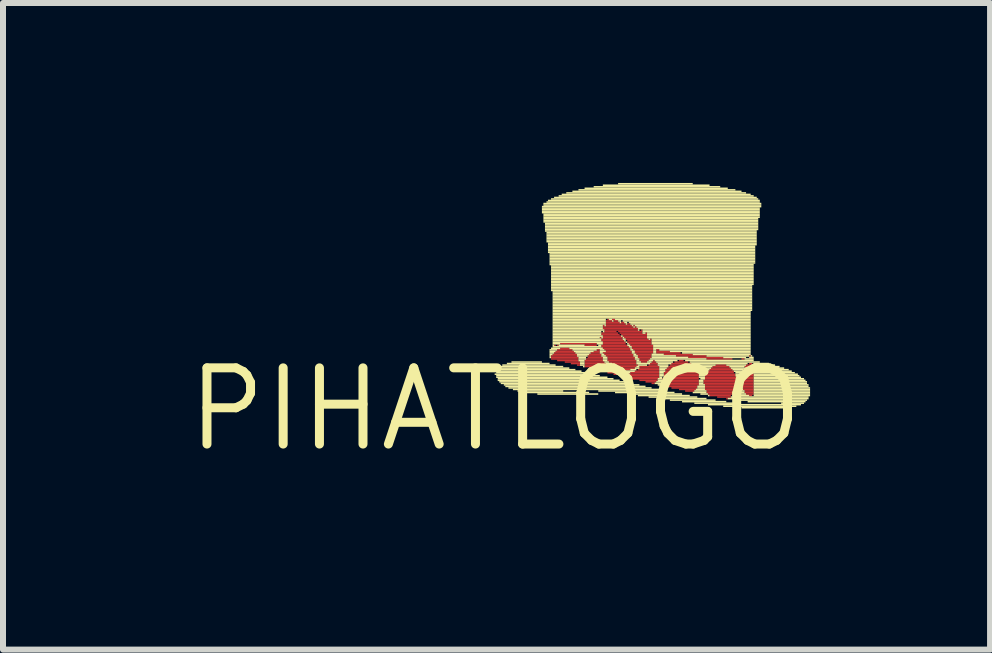
<source format=kicad_pcb>
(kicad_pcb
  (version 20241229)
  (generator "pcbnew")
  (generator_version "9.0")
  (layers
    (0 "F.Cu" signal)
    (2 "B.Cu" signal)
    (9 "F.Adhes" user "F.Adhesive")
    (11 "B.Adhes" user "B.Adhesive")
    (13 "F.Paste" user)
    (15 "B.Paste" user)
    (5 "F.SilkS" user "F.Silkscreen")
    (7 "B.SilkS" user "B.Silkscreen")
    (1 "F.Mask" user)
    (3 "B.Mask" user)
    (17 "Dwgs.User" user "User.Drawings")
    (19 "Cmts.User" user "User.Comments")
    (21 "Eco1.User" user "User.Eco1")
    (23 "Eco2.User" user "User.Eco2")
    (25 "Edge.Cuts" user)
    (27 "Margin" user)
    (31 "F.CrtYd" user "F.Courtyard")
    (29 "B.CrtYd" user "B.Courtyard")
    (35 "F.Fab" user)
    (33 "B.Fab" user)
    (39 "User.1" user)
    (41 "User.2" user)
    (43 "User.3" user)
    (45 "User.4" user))
  (footprint "PIHATLOGO"
    (layer "F.Cu")
    (at 5.208 3.772)
    (property "Reference" "PIHATLOGO" (at 0 0 0) (layer "F.SilkS") (effects (font (size 1.27 1.27) (thickness 0.15))))
    (attr through_hole)
    (fp_poly (pts (xy 0.927 -0.876) (xy 1.359 -0.876) (xy 1.359 -0.902) (xy 0.927 -0.902)) (stroke (width 0) (type solid)) (fill yes) (layer "F.Cu"))
    (fp_poly (pts (xy 0.927 -0.851) (xy 1.384 -0.851) (xy 1.384 -0.876) (xy 0.927 -0.876)) (stroke (width 0) (type solid)) (fill yes) (layer "F.Cu"))
    (fp_poly (pts (xy 0.927 -0.826) (xy 1.384 -0.826) (xy 1.384 -0.851) (xy 0.927 -0.851)) (stroke (width 0) (type solid)) (fill yes) (layer "F.Cu"))
    (fp_poly (pts (xy 0.953 -0.902) (xy 1.359 -0.902) (xy 1.359 -0.927) (xy 0.953 -0.927)) (stroke (width 0) (type solid)) (fill yes) (layer "F.Cu"))
    (fp_poly (pts (xy 0.978 -1.054) (xy 1.003 -1.054) (xy 1.003 -1.079) (xy 0.978 -1.079)) (stroke (width 0) (type solid)) (fill yes) (layer "F.Cu"))
    (fp_poly (pts (xy 0.978 -0.927) (xy 1.333 -0.927) (xy 1.333 -0.953) (xy 0.978 -0.953)) (stroke (width 0) (type solid)) (fill yes) (layer "F.Cu"))
    (fp_poly (pts (xy 1.003 -0.953) (xy 1.308 -0.953) (xy 1.308 -0.978) (xy 1.003 -0.978)) (stroke (width 0) (type solid)) (fill yes) (layer "F.Cu"))
    (fp_poly (pts (xy 1.029 -1.054) (xy 1.054 -1.054) (xy 1.054 -1.079) (xy 1.029 -1.079)) (stroke (width 0) (type solid)) (fill yes) (layer "F.Cu"))
    (fp_poly (pts (xy 1.029 -0.978) (xy 1.283 -0.978) (xy 1.283 -1.003) (xy 1.029 -1.003)) (stroke (width 0) (type solid)) (fill yes) (layer "F.Cu"))
    (fp_poly (pts (xy 1.029 -0.8) (xy 1.384 -0.8) (xy 1.384 -0.826) (xy 1.029 -0.826)) (stroke (width 0) (type solid)) (fill yes) (layer "F.Cu"))
    (fp_poly (pts (xy 1.079 -1.079) (xy 1.689 -1.079) (xy 1.689 -1.105) (xy 1.079 -1.105)) (stroke (width 0) (type solid)) (fill yes) (layer "F.Cu"))
    (fp_poly (pts (xy 1.079 -1.003) (xy 1.232 -1.003) (xy 1.232 -1.029) (xy 1.079 -1.029)) (stroke (width 0) (type solid)) (fill yes) (layer "F.Cu"))
    (fp_poly (pts (xy 1.156 -0.775) (xy 1.41 -0.775) (xy 1.41 -0.8) (xy 1.156 -0.8)) (stroke (width 0) (type solid)) (fill yes) (layer "F.Cu"))
    (fp_poly (pts (xy 1.257 -0.749) (xy 1.41 -0.749) (xy 1.41 -0.775) (xy 1.257 -0.775)) (stroke (width 0) (type solid)) (fill yes) (layer "F.Cu"))
    (fp_poly (pts (xy 1.359 -0.724) (xy 1.41 -0.724) (xy 1.41 -0.749) (xy 1.359 -0.749)) (stroke (width 0) (type solid)) (fill yes) (layer "F.Cu"))
    (fp_poly (pts (xy 1.486 -1.054) (xy 1.689 -1.054) (xy 1.689 -1.079) (xy 1.486 -1.079)) (stroke (width 0) (type solid)) (fill yes) (layer "F.Cu"))
    (fp_poly (pts (xy 1.486 -0.8) (xy 1.791 -0.8) (xy 1.791 -0.826) (xy 1.486 -0.826)) (stroke (width 0) (type solid)) (fill yes) (layer "F.Cu"))
    (fp_poly (pts (xy 1.486 -0.775) (xy 1.816 -0.775) (xy 1.816 -0.8) (xy 1.486 -0.8)) (stroke (width 0) (type solid)) (fill yes) (layer "F.Cu"))
    (fp_poly (pts (xy 1.486 -0.749) (xy 1.841 -0.749) (xy 1.841 -0.775) (xy 1.486 -0.775)) (stroke (width 0) (type solid)) (fill yes) (layer "F.Cu"))
    (fp_poly (pts (xy 1.486 -0.724) (xy 1.867 -0.724) (xy 1.867 -0.749) (xy 1.486 -0.749)) (stroke (width 0) (type solid)) (fill yes) (layer "F.Cu"))
    (fp_poly (pts (xy 1.486 -0.699) (xy 1.867 -0.699) (xy 1.867 -0.724) (xy 1.486 -0.724)) (stroke (width 0) (type solid)) (fill yes) (layer "F.Cu"))
    (fp_poly (pts (xy 1.511 -0.826) (xy 1.791 -0.826) (xy 1.791 -0.851) (xy 1.511 -0.851)) (stroke (width 0) (type solid)) (fill yes) (layer "F.Cu"))
    (fp_poly (pts (xy 1.537 -0.876) (xy 1.765 -0.876) (xy 1.765 -0.902) (xy 1.537 -0.902)) (stroke (width 0) (type solid)) (fill yes) (layer "F.Cu"))
    (fp_poly (pts (xy 1.537 -0.851) (xy 1.791 -0.851) (xy 1.791 -0.876) (xy 1.537 -0.876)) (stroke (width 0) (type solid)) (fill yes) (layer "F.Cu"))
    (fp_poly (pts (xy 1.562 -0.902) (xy 1.765 -0.902) (xy 1.765 -0.927) (xy 1.562 -0.927)) (stroke (width 0) (type solid)) (fill yes) (layer "F.Cu"))
    (fp_poly (pts (xy 1.562 -0.673) (xy 1.892 -0.673) (xy 1.892 -0.699) (xy 1.562 -0.699)) (stroke (width 0) (type solid)) (fill yes) (layer "F.Cu"))
    (fp_poly (pts (xy 1.587 -0.927) (xy 1.74 -0.927) (xy 1.74 -0.953) (xy 1.587 -0.953)) (stroke (width 0) (type solid)) (fill yes) (layer "F.Cu"))
    (fp_poly (pts (xy 1.638 -0.953) (xy 1.74 -0.953) (xy 1.74 -0.978) (xy 1.638 -0.978)) (stroke (width 0) (type solid)) (fill yes) (layer "F.Cu"))
    (fp_poly (pts (xy 1.664 -0.648) (xy 1.943 -0.648) (xy 1.943 -0.673) (xy 1.664 -0.673)) (stroke (width 0) (type solid)) (fill yes) (layer "F.Cu"))
    (fp_poly (pts (xy 1.689 -0.978) (xy 1.74 -0.978) (xy 1.74 -1.003) (xy 1.689 -1.003)) (stroke (width 0) (type solid)) (fill yes) (layer "F.Cu"))
    (fp_poly (pts (xy 1.74 -1.181) (xy 1.765 -1.181) (xy 1.765 -1.206) (xy 1.74 -1.206)) (stroke (width 0) (type solid)) (fill yes) (layer "F.Cu"))
    (fp_poly (pts (xy 1.765 -1.257) (xy 2.045 -1.257) (xy 2.045 -1.283) (xy 1.765 -1.283)) (stroke (width 0) (type solid)) (fill yes) (layer "F.Cu"))
    (fp_poly (pts (xy 1.765 -1.232) (xy 2.07 -1.232) (xy 2.07 -1.257) (xy 1.765 -1.257)) (stroke (width 0) (type solid)) (fill yes) (layer "F.Cu"))
    (fp_poly (pts (xy 1.765 -1.156) (xy 2.121 -1.156) (xy 2.121 -1.181) (xy 1.765 -1.181)) (stroke (width 0) (type solid)) (fill yes) (layer "F.Cu"))
    (fp_poly (pts (xy 1.765 -1.13) (xy 2.146 -1.13) (xy 2.146 -1.156) (xy 1.765 -1.156)) (stroke (width 0) (type solid)) (fill yes) (layer "F.Cu"))
    (fp_poly (pts (xy 1.765 -1.054) (xy 2.197 -1.054) (xy 2.197 -1.079) (xy 1.765 -1.079)) (stroke (width 0) (type solid)) (fill yes) (layer "F.Cu"))
    (fp_poly (pts (xy 1.765 -1.029) (xy 2.223 -1.029) (xy 2.223 -1.054) (xy 1.765 -1.054)) (stroke (width 0) (type solid)) (fill yes) (layer "F.Cu"))
    (fp_poly (pts (xy 1.765 -0.622) (xy 1.994 -0.622) (xy 1.994 -0.648) (xy 1.765 -0.648)) (stroke (width 0) (type solid)) (fill yes) (layer "F.Cu"))
    (fp_poly (pts (xy 1.791 -1.384) (xy 1.816 -1.384) (xy 1.816 -1.41) (xy 1.791 -1.41)) (stroke (width 0) (type solid)) (fill yes) (layer "F.Cu"))
    (fp_poly (pts (xy 1.791 -1.359) (xy 2.299 -1.359) (xy 2.299 -1.384) (xy 1.791 -1.384)) (stroke (width 0) (type solid)) (fill yes) (layer "F.Cu"))
    (fp_poly (pts (xy 1.791 -1.333) (xy 2.375 -1.333) (xy 2.375 -1.359) (xy 1.791 -1.359)) (stroke (width 0) (type solid)) (fill yes) (layer "F.Cu"))
    (fp_poly (pts (xy 1.791 -1.206) (xy 2.095 -1.206) (xy 2.095 -1.232) (xy 1.791 -1.232)) (stroke (width 0) (type solid)) (fill yes) (layer "F.Cu"))
    (fp_poly (pts (xy 1.791 -1.181) (xy 2.121 -1.181) (xy 2.121 -1.206) (xy 1.791 -1.206)) (stroke (width 0) (type solid)) (fill yes) (layer "F.Cu"))
    (fp_poly (pts (xy 1.791 -1.105) (xy 2.172 -1.105) (xy 2.172 -1.13) (xy 1.791 -1.13)) (stroke (width 0) (type solid)) (fill yes) (layer "F.Cu"))
    (fp_poly (pts (xy 1.791 -1.079) (xy 2.172 -1.079) (xy 2.172 -1.105) (xy 1.791 -1.105)) (stroke (width 0) (type solid)) (fill yes) (layer "F.Cu"))
    (fp_poly (pts (xy 1.791 -1.003) (xy 2.248 -1.003) (xy 2.248 -1.029) (xy 1.791 -1.029)) (stroke (width 0) (type solid)) (fill yes) (layer "F.Cu"))
    (fp_poly (pts (xy 1.791 -0.927) (xy 2.273 -0.927) (xy 2.273 -0.953) (xy 1.791 -0.953)) (stroke (width 0) (type solid)) (fill yes) (layer "F.Cu"))
    (fp_poly (pts (xy 1.816 -1.308) (xy 2.375 -1.308) (xy 2.375 -1.333) (xy 1.816 -1.333)) (stroke (width 0) (type solid)) (fill yes) (layer "F.Cu"))
    (fp_poly (pts (xy 1.816 -1.283) (xy 2.019 -1.283) (xy 2.019 -1.308) (xy 1.816 -1.308)) (stroke (width 0) (type solid)) (fill yes) (layer "F.Cu"))
    (fp_poly (pts (xy 1.816 -0.978) (xy 2.248 -0.978) (xy 2.248 -1.003) (xy 1.816 -1.003)) (stroke (width 0) (type solid)) (fill yes) (layer "F.Cu"))
    (fp_poly (pts (xy 1.816 -0.902) (xy 2.299 -0.902) (xy 2.299 -0.927) (xy 1.816 -0.927)) (stroke (width 0) (type solid)) (fill yes) (layer "F.Cu"))
    (fp_poly (pts (xy 1.841 -1.46) (xy 1.943 -1.46) (xy 1.943 -1.486) (xy 1.841 -1.486)) (stroke (width 0) (type solid)) (fill yes) (layer "F.Cu"))
    (fp_poly (pts (xy 1.841 -1.435) (xy 2.07 -1.435) (xy 2.07 -1.46) (xy 1.841 -1.46)) (stroke (width 0) (type solid)) (fill yes) (layer "F.Cu"))
    (fp_poly (pts (xy 1.841 -1.41) (xy 2.172 -1.41) (xy 2.172 -1.435) (xy 1.841 -1.435)) (stroke (width 0) (type solid)) (fill yes) (layer "F.Cu"))
    (fp_poly (pts (xy 1.841 -1.384) (xy 2.273 -1.384) (xy 2.273 -1.41) (xy 1.841 -1.41)) (stroke (width 0) (type solid)) (fill yes) (layer "F.Cu"))
    (fp_poly (pts (xy 1.841 -0.953) (xy 2.273 -0.953) (xy 2.273 -0.978) (xy 1.841 -0.978)) (stroke (width 0) (type solid)) (fill yes) (layer "F.Cu"))
    (fp_poly (pts (xy 1.841 -0.876) (xy 2.299 -0.876) (xy 2.299 -0.902) (xy 1.841 -0.902)) (stroke (width 0) (type solid)) (fill yes) (layer "F.Cu"))
    (fp_poly (pts (xy 1.867 -1.486) (xy 1.892 -1.486) (xy 1.892 -1.511) (xy 1.867 -1.511)) (stroke (width 0) (type solid)) (fill yes) (layer "F.Cu"))
    (fp_poly (pts (xy 1.867 -0.851) (xy 2.324 -0.851) (xy 2.324 -0.876) (xy 1.867 -0.876)) (stroke (width 0) (type solid)) (fill yes) (layer "F.Cu"))
    (fp_poly (pts (xy 1.867 -0.826) (xy 2.324 -0.826) (xy 2.324 -0.851) (xy 1.867 -0.851)) (stroke (width 0) (type solid)) (fill yes) (layer "F.Cu"))
    (fp_poly (pts (xy 1.867 -0.8) (xy 2.349 -0.8) (xy 2.349 -0.826) (xy 1.867 -0.826)) (stroke (width 0) (type solid)) (fill yes) (layer "F.Cu"))
    (fp_poly (pts (xy 1.867 -0.597) (xy 2.045 -0.597) (xy 2.045 -0.622) (xy 1.867 -0.622)) (stroke (width 0) (type solid)) (fill yes) (layer "F.Cu"))
    (fp_poly (pts (xy 1.892 -0.775) (xy 2.349 -0.775) (xy 2.349 -0.8) (xy 1.892 -0.8)) (stroke (width 0) (type solid)) (fill yes) (layer "F.Cu"))
    (fp_poly (pts (xy 1.943 -1.486) (xy 1.994 -1.486) (xy 1.994 -1.511) (xy 1.943 -1.511)) (stroke (width 0) (type solid)) (fill yes) (layer "F.Cu"))
    (fp_poly (pts (xy 1.943 -0.749) (xy 2.349 -0.749) (xy 2.349 -0.775) (xy 1.943 -0.775)) (stroke (width 0) (type solid)) (fill yes) (layer "F.Cu"))
    (fp_poly (pts (xy 1.943 -0.699) (xy 2.349 -0.699) (xy 2.349 -0.724) (xy 1.943 -0.724)) (stroke (width 0) (type solid)) (fill yes) (layer "F.Cu"))
    (fp_poly (pts (xy 1.968 -1.46) (xy 2.045 -1.46) (xy 2.045 -1.486) (xy 1.968 -1.486)) (stroke (width 0) (type solid)) (fill yes) (layer "F.Cu"))
    (fp_poly (pts (xy 1.968 -0.724) (xy 2.375 -0.724) (xy 2.375 -0.749) (xy 1.968 -0.749)) (stroke (width 0) (type solid)) (fill yes) (layer "F.Cu"))
    (fp_poly (pts (xy 1.968 -0.572) (xy 2.019 -0.572) (xy 2.019 -0.597) (xy 1.968 -0.597)) (stroke (width 0) (type solid)) (fill yes) (layer "F.Cu"))
    (fp_poly (pts (xy 2.019 -0.673) (xy 2.324 -0.673) (xy 2.324 -0.699) (xy 2.019 -0.699)) (stroke (width 0) (type solid)) (fill yes) (layer "F.Cu"))
    (fp_poly (pts (xy 2.045 -1.283) (xy 2.451 -1.283) (xy 2.451 -1.308) (xy 2.045 -1.308)) (stroke (width 0) (type solid)) (fill yes) (layer "F.Cu"))
    (fp_poly (pts (xy 2.07 -1.257) (xy 2.451 -1.257) (xy 2.451 -1.283) (xy 2.07 -1.283)) (stroke (width 0) (type solid)) (fill yes) (layer "F.Cu"))
    (fp_poly (pts (xy 2.07 -0.648) (xy 2.248 -0.648) (xy 2.248 -0.673) (xy 2.07 -0.673)) (stroke (width 0) (type solid)) (fill yes) (layer "F.Cu"))
    (fp_poly (pts (xy 2.095 -1.435) (xy 2.146 -1.435) (xy 2.146 -1.46) (xy 2.095 -1.46)) (stroke (width 0) (type solid)) (fill yes) (layer "F.Cu"))
    (fp_poly (pts (xy 2.095 -1.232) (xy 2.527 -1.232) (xy 2.527 -1.257) (xy 2.095 -1.257)) (stroke (width 0) (type solid)) (fill yes) (layer "F.Cu"))
    (fp_poly (pts (xy 2.121 -1.206) (xy 2.527 -1.206) (xy 2.527 -1.232) (xy 2.121 -1.232)) (stroke (width 0) (type solid)) (fill yes) (layer "F.Cu"))
    (fp_poly (pts (xy 2.121 -0.572) (xy 2.731 -0.572) (xy 2.731 -0.597) (xy 2.121 -0.597)) (stroke (width 0) (type solid)) (fill yes) (layer "F.Cu"))
    (fp_poly (pts (xy 2.146 -1.181) (xy 2.527 -1.181) (xy 2.527 -1.206) (xy 2.146 -1.206)) (stroke (width 0) (type solid)) (fill yes) (layer "F.Cu"))
    (fp_poly (pts (xy 2.146 -0.546) (xy 2.731 -0.546) (xy 2.731 -0.572) (xy 2.146 -0.572)) (stroke (width 0) (type solid)) (fill yes) (layer "F.Cu"))
    (fp_poly (pts (xy 2.172 -1.156) (xy 2.553 -1.156) (xy 2.553 -1.181) (xy 2.172 -1.181)) (stroke (width 0) (type solid)) (fill yes) (layer "F.Cu"))
    (fp_poly (pts (xy 2.172 -0.521) (xy 2.731 -0.521) (xy 2.731 -0.546) (xy 2.172 -0.546)) (stroke (width 0) (type solid)) (fill yes) (layer "F.Cu"))
    (fp_poly (pts (xy 2.197 -1.41) (xy 2.248 -1.41) (xy 2.248 -1.435) (xy 2.197 -1.435)) (stroke (width 0) (type solid)) (fill yes) (layer "F.Cu"))
    (fp_poly (pts (xy 2.197 -1.13) (xy 2.603 -1.13) (xy 2.603 -1.156) (xy 2.197 -1.156)) (stroke (width 0) (type solid)) (fill yes) (layer "F.Cu"))
    (fp_poly (pts (xy 2.197 -1.105) (xy 2.603 -1.105) (xy 2.603 -1.13) (xy 2.197 -1.13)) (stroke (width 0) (type solid)) (fill yes) (layer "F.Cu"))
    (fp_poly (pts (xy 2.223 -1.079) (xy 2.603 -1.079) (xy 2.603 -1.105) (xy 2.223 -1.105)) (stroke (width 0) (type solid)) (fill yes) (layer "F.Cu"))
    (fp_poly (pts (xy 2.248 -1.054) (xy 2.629 -1.054) (xy 2.629 -1.079) (xy 2.248 -1.079)) (stroke (width 0) (type solid)) (fill yes) (layer "F.Cu"))
    (fp_poly (pts (xy 2.248 -0.597) (xy 2.731 -0.597) (xy 2.731 -0.622) (xy 2.248 -0.622)) (stroke (width 0) (type solid)) (fill yes) (layer "F.Cu"))
    (fp_poly (pts (xy 2.273 -1.029) (xy 2.629 -1.029) (xy 2.629 -1.054) (xy 2.273 -1.054)) (stroke (width 0) (type solid)) (fill yes) (layer "F.Cu"))
    (fp_poly (pts (xy 2.273 -1.003) (xy 2.629 -1.003) (xy 2.629 -1.029) (xy 2.273 -1.029)) (stroke (width 0) (type solid)) (fill yes) (layer "F.Cu"))
    (fp_poly (pts (xy 2.273 -0.495) (xy 2.705 -0.495) (xy 2.705 -0.521) (xy 2.273 -0.521)) (stroke (width 0) (type solid)) (fill yes) (layer "F.Cu"))
    (fp_poly (pts (xy 2.299 -1.384) (xy 2.324 -1.384) (xy 2.324 -1.41) (xy 2.299 -1.41)) (stroke (width 0) (type solid)) (fill yes) (layer "F.Cu"))
    (fp_poly (pts (xy 2.299 -0.978) (xy 2.629 -0.978) (xy 2.629 -1.003) (xy 2.299 -1.003)) (stroke (width 0) (type solid)) (fill yes) (layer "F.Cu"))
    (fp_poly (pts (xy 2.324 -1.359) (xy 2.349 -1.359) (xy 2.349 -1.384) (xy 2.324 -1.384)) (stroke (width 0) (type solid)) (fill yes) (layer "F.Cu"))
    (fp_poly (pts (xy 2.324 -0.953) (xy 2.629 -0.953) (xy 2.629 -0.978) (xy 2.324 -0.978)) (stroke (width 0) (type solid)) (fill yes) (layer "F.Cu"))
    (fp_poly (pts (xy 2.324 -0.927) (xy 2.629 -0.927) (xy 2.629 -0.953) (xy 2.324 -0.953)) (stroke (width 0) (type solid)) (fill yes) (layer "F.Cu"))
    (fp_poly (pts (xy 2.324 -0.622) (xy 2.731 -0.622) (xy 2.731 -0.648) (xy 2.324 -0.648)) (stroke (width 0) (type solid)) (fill yes) (layer "F.Cu"))
    (fp_poly (pts (xy 2.349 -0.902) (xy 2.603 -0.902) (xy 2.603 -0.927) (xy 2.349 -0.927)) (stroke (width 0) (type solid)) (fill yes) (layer "F.Cu"))
    (fp_poly (pts (xy 2.375 -0.876) (xy 2.603 -0.876) (xy 2.603 -0.902) (xy 2.375 -0.902)) (stroke (width 0) (type solid)) (fill yes) (layer "F.Cu"))
    (fp_poly (pts (xy 2.375 -0.851) (xy 2.603 -0.851) (xy 2.603 -0.876) (xy 2.375 -0.876)) (stroke (width 0) (type solid)) (fill yes) (layer "F.Cu"))
    (fp_poly (pts (xy 2.375 -0.648) (xy 2.731 -0.648) (xy 2.731 -0.673) (xy 2.375 -0.673)) (stroke (width 0) (type solid)) (fill yes) (layer "F.Cu"))
    (fp_poly (pts (xy 2.4 -0.826) (xy 2.578 -0.826) (xy 2.578 -0.851) (xy 2.4 -0.851)) (stroke (width 0) (type solid)) (fill yes) (layer "F.Cu"))
    (fp_poly (pts (xy 2.4 -0.8) (xy 2.553 -0.8) (xy 2.553 -0.826) (xy 2.4 -0.826)) (stroke (width 0) (type solid)) (fill yes) (layer "F.Cu"))
    (fp_poly (pts (xy 2.4 -0.699) (xy 2.731 -0.699) (xy 2.731 -0.724) (xy 2.4 -0.724)) (stroke (width 0) (type solid)) (fill yes) (layer "F.Cu"))
    (fp_poly (pts (xy 2.4 -0.673) (xy 2.731 -0.673) (xy 2.731 -0.699) (xy 2.4 -0.699)) (stroke (width 0) (type solid)) (fill yes) (layer "F.Cu"))
    (fp_poly (pts (xy 2.4 -0.47) (xy 2.705 -0.47) (xy 2.705 -0.495) (xy 2.4 -0.495)) (stroke (width 0) (type solid)) (fill yes) (layer "F.Cu"))
    (fp_poly (pts (xy 2.426 -1.308) (xy 2.451 -1.308) (xy 2.451 -1.333) (xy 2.426 -1.333)) (stroke (width 0) (type solid)) (fill yes) (layer "F.Cu"))
    (fp_poly (pts (xy 2.426 -0.775) (xy 2.527 -0.775) (xy 2.527 -0.8) (xy 2.426 -0.8)) (stroke (width 0) (type solid)) (fill yes) (layer "F.Cu"))
    (fp_poly (pts (xy 2.502 -1.257) (xy 2.527 -1.257) (xy 2.527 -1.283) (xy 2.502 -1.283)) (stroke (width 0) (type solid)) (fill yes) (layer "F.Cu"))
    (fp_poly (pts (xy 2.502 -0.445) (xy 2.68 -0.445) (xy 2.68 -0.47) (xy 2.502 -0.47)) (stroke (width 0) (type solid)) (fill yes) (layer "F.Cu"))
    (fp_poly (pts (xy 2.553 -0.724) (xy 2.705 -0.724) (xy 2.705 -0.749) (xy 2.553 -0.749)) (stroke (width 0) (type solid)) (fill yes) (layer "F.Cu"))
    (fp_poly (pts (xy 2.578 -1.156) (xy 2.603 -1.156) (xy 2.603 -1.181) (xy 2.578 -1.181)) (stroke (width 0) (type solid)) (fill yes) (layer "F.Cu"))
    (fp_poly (pts (xy 2.578 -0.749) (xy 2.705 -0.749) (xy 2.705 -0.775) (xy 2.578 -0.775)) (stroke (width 0) (type solid)) (fill yes) (layer "F.Cu"))
    (fp_poly (pts (xy 2.603 -0.775) (xy 2.68 -0.775) (xy 2.68 -0.8) (xy 2.603 -0.8)) (stroke (width 0) (type solid)) (fill yes) (layer "F.Cu"))
    (fp_poly (pts (xy 2.603 -0.419) (xy 2.654 -0.419) (xy 2.654 -0.445) (xy 2.603 -0.445)) (stroke (width 0) (type solid)) (fill yes) (layer "F.Cu"))
    (fp_poly (pts (xy 2.629 -0.8) (xy 2.654 -0.8) (xy 2.654 -0.826) (xy 2.629 -0.826)) (stroke (width 0) (type solid)) (fill yes) (layer "F.Cu"))
    (fp_poly (pts (xy 2.68 -0.978) (xy 2.731 -0.978) (xy 2.731 -1.003) (xy 2.68 -1.003)) (stroke (width 0) (type solid)) (fill yes) (layer "F.Cu"))
    (fp_poly (pts (xy 2.68 -0.953) (xy 2.908 -0.953) (xy 2.908 -0.978) (xy 2.68 -0.978)) (stroke (width 0) (type solid)) (fill yes) (layer "F.Cu"))
    (fp_poly (pts (xy 2.68 -0.927) (xy 3.086 -0.927) (xy 3.086 -0.953) (xy 2.68 -0.953)) (stroke (width 0) (type solid)) (fill yes) (layer "F.Cu"))
    (fp_poly (pts (xy 2.781 -0.495) (xy 3.391 -0.495) (xy 3.391 -0.521) (xy 2.781 -0.521)) (stroke (width 0) (type solid)) (fill yes) (layer "F.Cu"))
    (fp_poly (pts (xy 2.807 -0.902) (xy 3.289 -0.902) (xy 3.289 -0.927) (xy 2.807 -0.927)) (stroke (width 0) (type solid)) (fill yes) (layer "F.Cu"))
    (fp_poly (pts (xy 2.807 -0.597) (xy 3.391 -0.597) (xy 3.391 -0.622) (xy 2.807 -0.622)) (stroke (width 0) (type solid)) (fill yes) (layer "F.Cu"))
    (fp_poly (pts (xy 2.807 -0.572) (xy 3.391 -0.572) (xy 3.391 -0.597) (xy 2.807 -0.597)) (stroke (width 0) (type solid)) (fill yes) (layer "F.Cu"))
    (fp_poly (pts (xy 2.807 -0.546) (xy 3.391 -0.546) (xy 3.391 -0.572) (xy 2.807 -0.572)) (stroke (width 0) (type solid)) (fill yes) (layer "F.Cu"))
    (fp_poly (pts (xy 2.807 -0.521) (xy 3.391 -0.521) (xy 3.391 -0.546) (xy 2.807 -0.546)) (stroke (width 0) (type solid)) (fill yes) (layer "F.Cu"))
    (fp_poly (pts (xy 2.807 -0.47) (xy 3.391 -0.47) (xy 3.391 -0.495) (xy 2.807 -0.495)) (stroke (width 0) (type solid)) (fill yes) (layer "F.Cu"))
    (fp_poly (pts (xy 2.807 -0.445) (xy 3.391 -0.445) (xy 3.391 -0.47) (xy 2.807 -0.47)) (stroke (width 0) (type solid)) (fill yes) (layer "F.Cu"))
    (fp_poly (pts (xy 2.807 -0.419) (xy 3.391 -0.419) (xy 3.391 -0.445) (xy 2.807 -0.445)) (stroke (width 0) (type solid)) (fill yes) (layer "F.Cu"))
    (fp_poly (pts (xy 2.807 -0.394) (xy 3.391 -0.394) (xy 3.391 -0.419) (xy 2.807 -0.419)) (stroke (width 0) (type solid)) (fill yes) (layer "F.Cu"))
    (fp_poly (pts (xy 2.832 -0.648) (xy 3.365 -0.648) (xy 3.365 -0.673) (xy 2.832 -0.673)) (stroke (width 0) (type solid)) (fill yes) (layer "F.Cu"))
    (fp_poly (pts (xy 2.832 -0.622) (xy 3.365 -0.622) (xy 3.365 -0.648) (xy 2.832 -0.648)) (stroke (width 0) (type solid)) (fill yes) (layer "F.Cu"))
    (fp_poly (pts (xy 2.832 -0.368) (xy 3.365 -0.368) (xy 3.365 -0.394) (xy 2.832 -0.394)) (stroke (width 0) (type solid)) (fill yes) (layer "F.Cu"))
    (fp_poly (pts (xy 2.857 -0.673) (xy 3.34 -0.673) (xy 3.34 -0.699) (xy 2.857 -0.699)) (stroke (width 0) (type solid)) (fill yes) (layer "F.Cu"))
    (fp_poly (pts (xy 2.883 -0.699) (xy 3.315 -0.699) (xy 3.315 -0.724) (xy 2.883 -0.724)) (stroke (width 0) (type solid)) (fill yes) (layer "F.Cu"))
    (fp_poly (pts (xy 2.908 -0.724) (xy 3.289 -0.724) (xy 3.289 -0.749) (xy 2.908 -0.749)) (stroke (width 0) (type solid)) (fill yes) (layer "F.Cu"))
    (fp_poly (pts (xy 2.934 -0.749) (xy 3.264 -0.749) (xy 3.264 -0.775) (xy 2.934 -0.775)) (stroke (width 0) (type solid)) (fill yes) (layer "F.Cu"))
    (fp_poly (pts (xy 2.934 -0.343) (xy 3.365 -0.343) (xy 3.365 -0.368) (xy 2.934 -0.368)) (stroke (width 0) (type solid)) (fill yes) (layer "F.Cu"))
    (fp_poly (pts (xy 2.985 -0.775) (xy 3.213 -0.775) (xy 3.213 -0.8) (xy 2.985 -0.8)) (stroke (width 0) (type solid)) (fill yes) (layer "F.Cu"))
    (fp_poly (pts (xy 3.01 -0.876) (xy 3.518 -0.876) (xy 3.518 -0.902) (xy 3.01 -0.902)) (stroke (width 0) (type solid)) (fill yes) (layer "F.Cu"))
    (fp_poly (pts (xy 3.061 -0.8) (xy 3.137 -0.8) (xy 3.137 -0.826) (xy 3.061 -0.826)) (stroke (width 0) (type solid)) (fill yes) (layer "F.Cu"))
    (fp_poly (pts (xy 3.061 -0.318) (xy 3.34 -0.318) (xy 3.34 -0.343) (xy 3.061 -0.343)) (stroke (width 0) (type solid)) (fill yes) (layer "F.Cu"))
    (fp_poly (pts (xy 3.162 -0.292) (xy 3.315 -0.292) (xy 3.315 -0.318) (xy 3.162 -0.318)) (stroke (width 0) (type solid)) (fill yes) (layer "F.Cu"))
    (fp_poly (pts (xy 3.213 -0.851) (xy 3.797 -0.851) (xy 3.797 -0.876) (xy 3.213 -0.876)) (stroke (width 0) (type solid)) (fill yes) (layer "F.Cu"))
    (fp_poly (pts (xy 3.467 -0.47) (xy 4.026 -0.47) (xy 4.026 -0.495) (xy 3.467 -0.495)) (stroke (width 0) (type solid)) (fill yes) (layer "F.Cu"))
    (fp_poly (pts (xy 3.467 -0.445) (xy 4.026 -0.445) (xy 4.026 -0.47) (xy 3.467 -0.47)) (stroke (width 0) (type solid)) (fill yes) (layer "F.Cu"))
    (fp_poly (pts (xy 3.467 -0.419) (xy 4.026 -0.419) (xy 4.026 -0.445) (xy 3.467 -0.445)) (stroke (width 0) (type solid)) (fill yes) (layer "F.Cu"))
    (fp_poly (pts (xy 3.493 -0.546) (xy 4 -0.546) (xy 4 -0.572) (xy 3.493 -0.572)) (stroke (width 0) (type solid)) (fill yes) (layer "F.Cu"))
    (fp_poly (pts (xy 3.493 -0.521) (xy 4.026 -0.521) (xy 4.026 -0.546) (xy 3.493 -0.546)) (stroke (width 0) (type solid)) (fill yes) (layer "F.Cu"))
    (fp_poly (pts (xy 3.493 -0.495) (xy 4.026 -0.495) (xy 4.026 -0.521) (xy 3.493 -0.521)) (stroke (width 0) (type solid)) (fill yes) (layer "F.Cu"))
    (fp_poly (pts (xy 3.493 -0.394) (xy 4.026 -0.394) (xy 4.026 -0.419) (xy 3.493 -0.419)) (stroke (width 0) (type solid)) (fill yes) (layer "F.Cu"))
    (fp_poly (pts (xy 3.493 -0.368) (xy 4.026 -0.368) (xy 4.026 -0.394) (xy 3.493 -0.394)) (stroke (width 0) (type solid)) (fill yes) (layer "F.Cu"))
    (fp_poly (pts (xy 3.493 -0.343) (xy 4.026 -0.343) (xy 4.026 -0.368) (xy 3.493 -0.368)) (stroke (width 0) (type solid)) (fill yes) (layer "F.Cu"))
    (fp_poly (pts (xy 3.493 -0.318) (xy 4 -0.318) (xy 4 -0.343) (xy 3.493 -0.343)) (stroke (width 0) (type solid)) (fill yes) (layer "F.Cu"))
    (fp_poly (pts (xy 3.518 -0.826) (xy 3.95 -0.826) (xy 3.95 -0.851) (xy 3.518 -0.851)) (stroke (width 0) (type solid)) (fill yes) (layer "F.Cu"))
    (fp_poly (pts (xy 3.518 -0.597) (xy 3.975 -0.597) (xy 3.975 -0.622) (xy 3.518 -0.622)) (stroke (width 0) (type solid)) (fill yes) (layer "F.Cu"))
    (fp_poly (pts (xy 3.518 -0.572) (xy 4 -0.572) (xy 4 -0.597) (xy 3.518 -0.597)) (stroke (width 0) (type solid)) (fill yes) (layer "F.Cu"))
    (fp_poly (pts (xy 3.518 -0.292) (xy 4 -0.292) (xy 4 -0.318) (xy 3.518 -0.318)) (stroke (width 0) (type solid)) (fill yes) (layer "F.Cu"))
    (fp_poly (pts (xy 3.518 -0.267) (xy 3.975 -0.267) (xy 3.975 -0.292) (xy 3.518 -0.292)) (stroke (width 0) (type solid)) (fill yes) (layer "F.Cu"))
    (fp_poly (pts (xy 3.543 -0.622) (xy 3.975 -0.622) (xy 3.975 -0.648) (xy 3.543 -0.648)) (stroke (width 0) (type solid)) (fill yes) (layer "F.Cu"))
    (fp_poly (pts (xy 3.543 -0.241) (xy 3.95 -0.241) (xy 3.95 -0.267) (xy 3.543 -0.267)) (stroke (width 0) (type solid)) (fill yes) (layer "F.Cu"))
    (fp_poly (pts (xy 3.569 -0.648) (xy 3.95 -0.648) (xy 3.95 -0.673) (xy 3.569 -0.673)) (stroke (width 0) (type solid)) (fill yes) (layer "F.Cu"))
    (fp_poly (pts (xy 3.569 -0.216) (xy 3.924 -0.216) (xy 3.924 -0.241) (xy 3.569 -0.241)) (stroke (width 0) (type solid)) (fill yes) (layer "F.Cu"))
    (fp_poly (pts (xy 3.594 -0.673) (xy 3.924 -0.673) (xy 3.924 -0.699) (xy 3.594 -0.699)) (stroke (width 0) (type solid)) (fill yes) (layer "F.Cu"))
    (fp_poly (pts (xy 3.619 -0.699) (xy 3.899 -0.699) (xy 3.899 -0.724) (xy 3.619 -0.724)) (stroke (width 0) (type solid)) (fill yes) (layer "F.Cu"))
    (fp_poly (pts (xy 3.67 -0.724) (xy 3.848 -0.724) (xy 3.848 -0.749) (xy 3.67 -0.749)) (stroke (width 0) (type solid)) (fill yes) (layer "F.Cu"))
    (fp_poly (pts (xy 3.696 -0.191) (xy 3.924 -0.191) (xy 3.924 -0.216) (xy 3.696 -0.216)) (stroke (width 0) (type solid)) (fill yes) (layer "F.Cu"))
    (fp_poly (pts (xy 3.848 -0.165) (xy 3.873 -0.165) (xy 3.873 -0.191) (xy 3.848 -0.191)) (stroke (width 0) (type solid)) (fill yes) (layer "F.Cu"))
    (fp_poly (pts (xy 4.102 -0.826) (xy 4.153 -0.826) (xy 4.153 -0.851) (xy 4.102 -0.851)) (stroke (width 0) (type solid)) (fill yes) (layer "F.Cu"))
    (fp_poly (pts (xy 4.102 -0.597) (xy 4.305 -0.597) (xy 4.305 -0.622) (xy 4.102 -0.622)) (stroke (width 0) (type solid)) (fill yes) (layer "F.Cu"))
    (fp_poly (pts (xy 4.102 -0.572) (xy 4.305 -0.572) (xy 4.305 -0.597) (xy 4.102 -0.597)) (stroke (width 0) (type solid)) (fill yes) (layer "F.Cu"))
    (fp_poly (pts (xy 4.102 -0.546) (xy 4.305 -0.546) (xy 4.305 -0.572) (xy 4.102 -0.572)) (stroke (width 0) (type solid)) (fill yes) (layer "F.Cu"))
    (fp_poly (pts (xy 4.102 -0.521) (xy 4.305 -0.521) (xy 4.305 -0.546) (xy 4.102 -0.546)) (stroke (width 0) (type solid)) (fill yes) (layer "F.Cu"))
    (fp_poly (pts (xy 4.102 -0.495) (xy 4.305 -0.495) (xy 4.305 -0.521) (xy 4.102 -0.521)) (stroke (width 0) (type solid)) (fill yes) (layer "F.Cu"))
    (fp_poly (pts (xy 4.102 -0.47) (xy 4.305 -0.47) (xy 4.305 -0.495) (xy 4.102 -0.495)) (stroke (width 0) (type solid)) (fill yes) (layer "F.Cu"))
    (fp_poly (pts (xy 4.102 -0.445) (xy 4.305 -0.445) (xy 4.305 -0.47) (xy 4.102 -0.47)) (stroke (width 0) (type solid)) (fill yes) (layer "F.Cu"))
    (fp_poly (pts (xy 4.102 -0.419) (xy 4.305 -0.419) (xy 4.305 -0.445) (xy 4.102 -0.445)) (stroke (width 0) (type solid)) (fill yes) (layer "F.Cu"))
    (fp_poly (pts (xy 4.102 -0.394) (xy 4.305 -0.394) (xy 4.305 -0.419) (xy 4.102 -0.419)) (stroke (width 0) (type solid)) (fill yes) (layer "F.Cu"))
    (fp_poly (pts (xy 4.102 -0.368) (xy 4.305 -0.368) (xy 4.305 -0.394) (xy 4.102 -0.394)) (stroke (width 0) (type solid)) (fill yes) (layer "F.Cu"))
    (fp_poly (pts (xy 4.128 -0.648) (xy 4.305 -0.648) (xy 4.305 -0.673) (xy 4.128 -0.673)) (stroke (width 0) (type solid)) (fill yes) (layer "F.Cu"))
    (fp_poly (pts (xy 4.128 -0.622) (xy 4.305 -0.622) (xy 4.305 -0.648) (xy 4.128 -0.648)) (stroke (width 0) (type solid)) (fill yes) (layer "F.Cu"))
    (fp_poly (pts (xy 4.128 -0.343) (xy 4.305 -0.343) (xy 4.305 -0.368) (xy 4.128 -0.368)) (stroke (width 0) (type solid)) (fill yes) (layer "F.Cu"))
    (fp_poly (pts (xy 4.128 -0.318) (xy 4.305 -0.318) (xy 4.305 -0.343) (xy 4.128 -0.343)) (stroke (width 0) (type solid)) (fill yes) (layer "F.Cu"))
    (fp_poly (pts (xy 4.153 -0.699) (xy 4.305 -0.699) (xy 4.305 -0.724) (xy 4.153 -0.724)) (stroke (width 0) (type solid)) (fill yes) (layer "F.Cu"))
    (fp_poly (pts (xy 4.153 -0.673) (xy 4.305 -0.673) (xy 4.305 -0.699) (xy 4.153 -0.699)) (stroke (width 0) (type solid)) (fill yes) (layer "F.Cu"))
    (fp_poly (pts (xy 4.153 -0.292) (xy 4.305 -0.292) (xy 4.305 -0.318) (xy 4.153 -0.318)) (stroke (width 0) (type solid)) (fill yes) (layer "F.Cu"))
    (fp_poly (pts (xy 4.153 -0.267) (xy 4.305 -0.267) (xy 4.305 -0.292) (xy 4.153 -0.292)) (stroke (width 0) (type solid)) (fill yes) (layer "F.Cu"))
    (fp_poly (pts (xy 4.178 -0.724) (xy 4.305 -0.724) (xy 4.305 -0.749) (xy 4.178 -0.749)) (stroke (width 0) (type solid)) (fill yes) (layer "F.Cu"))
    (fp_poly (pts (xy 4.178 -0.241) (xy 4.305 -0.241) (xy 4.305 -0.267) (xy 4.178 -0.267)) (stroke (width 0) (type solid)) (fill yes) (layer "F.Cu"))
    (fp_poly (pts (xy 4.229 -0.876) (xy 4.255 -0.876) (xy 4.255 -0.902) (xy 4.229 -0.902)) (stroke (width 0) (type solid)) (fill yes) (layer "F.Cu"))
    (fp_poly (pts (xy 4.229 -0.749) (xy 4.28 -0.749) (xy 4.28 -0.775) (xy 4.229 -0.775)) (stroke (width 0) (type solid)) (fill yes) (layer "F.Cu"))
    (fp_poly (pts (xy 4.229 -0.216) (xy 4.28 -0.216) (xy 4.28 -0.241) (xy 4.229 -0.241)) (stroke (width 0) (type solid)) (fill yes) (layer "F.Cu"))
    (fp_poly (pts (xy 0.927 -0.876) (xy 1.359 -0.876) (xy 1.359 -0.902) (xy 0.927 -0.902)) (stroke (width 0) (type solid)) (fill yes) (layer "F.Mask"))
    (fp_poly (pts (xy 0.927 -0.851) (xy 1.384 -0.851) (xy 1.384 -0.876) (xy 0.927 -0.876)) (stroke (width 0) (type solid)) (fill yes) (layer "F.Mask"))
    (fp_poly (pts (xy 0.927 -0.826) (xy 1.384 -0.826) (xy 1.384 -0.851) (xy 0.927 -0.851)) (stroke (width 0) (type solid)) (fill yes) (layer "F.Mask"))
    (fp_poly (pts (xy 0.953 -0.902) (xy 1.359 -0.902) (xy 1.359 -0.927) (xy 0.953 -0.927)) (stroke (width 0) (type solid)) (fill yes) (layer "F.Mask"))
    (fp_poly (pts (xy 0.978 -1.054) (xy 1.003 -1.054) (xy 1.003 -1.079) (xy 0.978 -1.079)) (stroke (width 0) (type solid)) (fill yes) (layer "F.Mask"))
    (fp_poly (pts (xy 0.978 -0.927) (xy 1.333 -0.927) (xy 1.333 -0.953) (xy 0.978 -0.953)) (stroke (width 0) (type solid)) (fill yes) (layer "F.Mask"))
    (fp_poly (pts (xy 1.003 -0.953) (xy 1.308 -0.953) (xy 1.308 -0.978) (xy 1.003 -0.978)) (stroke (width 0) (type solid)) (fill yes) (layer "F.Mask"))
    (fp_poly (pts (xy 1.029 -1.054) (xy 1.054 -1.054) (xy 1.054 -1.079) (xy 1.029 -1.079)) (stroke (width 0) (type solid)) (fill yes) (layer "F.Mask"))
    (fp_poly (pts (xy 1.029 -0.978) (xy 1.283 -0.978) (xy 1.283 -1.003) (xy 1.029 -1.003)) (stroke (width 0) (type solid)) (fill yes) (layer "F.Mask"))
    (fp_poly (pts (xy 1.029 -0.8) (xy 1.384 -0.8) (xy 1.384 -0.826) (xy 1.029 -0.826)) (stroke (width 0) (type solid)) (fill yes) (layer "F.Mask"))
    (fp_poly (pts (xy 1.079 -1.079) (xy 1.689 -1.079) (xy 1.689 -1.105) (xy 1.079 -1.105)) (stroke (width 0) (type solid)) (fill yes) (layer "F.Mask"))
    (fp_poly (pts (xy 1.079 -1.003) (xy 1.232 -1.003) (xy 1.232 -1.029) (xy 1.079 -1.029)) (stroke (width 0) (type solid)) (fill yes) (layer "F.Mask"))
    (fp_poly (pts (xy 1.156 -0.775) (xy 1.41 -0.775) (xy 1.41 -0.8) (xy 1.156 -0.8)) (stroke (width 0) (type solid)) (fill yes) (layer "F.Mask"))
    (fp_poly (pts (xy 1.257 -0.749) (xy 1.41 -0.749) (xy 1.41 -0.775) (xy 1.257 -0.775)) (stroke (width 0) (type solid)) (fill yes) (layer "F.Mask"))
    (fp_poly (pts (xy 1.359 -0.724) (xy 1.41 -0.724) (xy 1.41 -0.749) (xy 1.359 -0.749)) (stroke (width 0) (type solid)) (fill yes) (layer "F.Mask"))
    (fp_poly (pts (xy 1.486 -1.054) (xy 1.689 -1.054) (xy 1.689 -1.079) (xy 1.486 -1.079)) (stroke (width 0) (type solid)) (fill yes) (layer "F.Mask"))
    (fp_poly (pts (xy 1.486 -0.8) (xy 1.791 -0.8) (xy 1.791 -0.826) (xy 1.486 -0.826)) (stroke (width 0) (type solid)) (fill yes) (layer "F.Mask"))
    (fp_poly (pts (xy 1.486 -0.775) (xy 1.816 -0.775) (xy 1.816 -0.8) (xy 1.486 -0.8)) (stroke (width 0) (type solid)) (fill yes) (layer "F.Mask"))
    (fp_poly (pts (xy 1.486 -0.749) (xy 1.841 -0.749) (xy 1.841 -0.775) (xy 1.486 -0.775)) (stroke (width 0) (type solid)) (fill yes) (layer "F.Mask"))
    (fp_poly (pts (xy 1.486 -0.724) (xy 1.867 -0.724) (xy 1.867 -0.749) (xy 1.486 -0.749)) (stroke (width 0) (type solid)) (fill yes) (layer "F.Mask"))
    (fp_poly (pts (xy 1.486 -0.699) (xy 1.867 -0.699) (xy 1.867 -0.724) (xy 1.486 -0.724)) (stroke (width 0) (type solid)) (fill yes) (layer "F.Mask"))
    (fp_poly (pts (xy 1.511 -0.826) (xy 1.791 -0.826) (xy 1.791 -0.851) (xy 1.511 -0.851)) (stroke (width 0) (type solid)) (fill yes) (layer "F.Mask"))
    (fp_poly (pts (xy 1.537 -0.876) (xy 1.765 -0.876) (xy 1.765 -0.902) (xy 1.537 -0.902)) (stroke (width 0) (type solid)) (fill yes) (layer "F.Mask"))
    (fp_poly (pts (xy 1.537 -0.851) (xy 1.791 -0.851) (xy 1.791 -0.876) (xy 1.537 -0.876)) (stroke (width 0) (type solid)) (fill yes) (layer "F.Mask"))
    (fp_poly (pts (xy 1.562 -0.902) (xy 1.765 -0.902) (xy 1.765 -0.927) (xy 1.562 -0.927)) (stroke (width 0) (type solid)) (fill yes) (layer "F.Mask"))
    (fp_poly (pts (xy 1.562 -0.673) (xy 1.892 -0.673) (xy 1.892 -0.699) (xy 1.562 -0.699)) (stroke (width 0) (type solid)) (fill yes) (layer "F.Mask"))
    (fp_poly (pts (xy 1.587 -0.927) (xy 1.74 -0.927) (xy 1.74 -0.953) (xy 1.587 -0.953)) (stroke (width 0) (type solid)) (fill yes) (layer "F.Mask"))
    (fp_poly (pts (xy 1.638 -0.953) (xy 1.74 -0.953) (xy 1.74 -0.978) (xy 1.638 -0.978)) (stroke (width 0) (type solid)) (fill yes) (layer "F.Mask"))
    (fp_poly (pts (xy 1.664 -0.648) (xy 1.943 -0.648) (xy 1.943 -0.673) (xy 1.664 -0.673)) (stroke (width 0) (type solid)) (fill yes) (layer "F.Mask"))
    (fp_poly (pts (xy 1.689 -0.978) (xy 1.74 -0.978) (xy 1.74 -1.003) (xy 1.689 -1.003)) (stroke (width 0) (type solid)) (fill yes) (layer "F.Mask"))
    (fp_poly (pts (xy 1.74 -1.181) (xy 1.765 -1.181) (xy 1.765 -1.206) (xy 1.74 -1.206)) (stroke (width 0) (type solid)) (fill yes) (layer "F.Mask"))
    (fp_poly (pts (xy 1.765 -1.257) (xy 2.045 -1.257) (xy 2.045 -1.283) (xy 1.765 -1.283)) (stroke (width 0) (type solid)) (fill yes) (layer "F.Mask"))
    (fp_poly (pts (xy 1.765 -1.232) (xy 2.07 -1.232) (xy 2.07 -1.257) (xy 1.765 -1.257)) (stroke (width 0) (type solid)) (fill yes) (layer "F.Mask"))
    (fp_poly (pts (xy 1.765 -1.156) (xy 2.121 -1.156) (xy 2.121 -1.181) (xy 1.765 -1.181)) (stroke (width 0) (type solid)) (fill yes) (layer "F.Mask"))
    (fp_poly (pts (xy 1.765 -1.13) (xy 2.146 -1.13) (xy 2.146 -1.156) (xy 1.765 -1.156)) (stroke (width 0) (type solid)) (fill yes) (layer "F.Mask"))
    (fp_poly (pts (xy 1.765 -1.054) (xy 2.197 -1.054) (xy 2.197 -1.079) (xy 1.765 -1.079)) (stroke (width 0) (type solid)) (fill yes) (layer "F.Mask"))
    (fp_poly (pts (xy 1.765 -1.029) (xy 2.223 -1.029) (xy 2.223 -1.054) (xy 1.765 -1.054)) (stroke (width 0) (type solid)) (fill yes) (layer "F.Mask"))
    (fp_poly (pts (xy 1.765 -0.622) (xy 1.994 -0.622) (xy 1.994 -0.648) (xy 1.765 -0.648)) (stroke (width 0) (type solid)) (fill yes) (layer "F.Mask"))
    (fp_poly (pts (xy 1.791 -1.384) (xy 1.816 -1.384) (xy 1.816 -1.41) (xy 1.791 -1.41)) (stroke (width 0) (type solid)) (fill yes) (layer "F.Mask"))
    (fp_poly (pts (xy 1.791 -1.359) (xy 2.299 -1.359) (xy 2.299 -1.384) (xy 1.791 -1.384)) (stroke (width 0) (type solid)) (fill yes) (layer "F.Mask"))
    (fp_poly (pts (xy 1.791 -1.333) (xy 2.375 -1.333) (xy 2.375 -1.359) (xy 1.791 -1.359)) (stroke (width 0) (type solid)) (fill yes) (layer "F.Mask"))
    (fp_poly (pts (xy 1.791 -1.206) (xy 2.095 -1.206) (xy 2.095 -1.232) (xy 1.791 -1.232)) (stroke (width 0) (type solid)) (fill yes) (layer "F.Mask"))
    (fp_poly (pts (xy 1.791 -1.181) (xy 2.121 -1.181) (xy 2.121 -1.206) (xy 1.791 -1.206)) (stroke (width 0) (type solid)) (fill yes) (layer "F.Mask"))
    (fp_poly (pts (xy 1.791 -1.105) (xy 2.172 -1.105) (xy 2.172 -1.13) (xy 1.791 -1.13)) (stroke (width 0) (type solid)) (fill yes) (layer "F.Mask"))
    (fp_poly (pts (xy 1.791 -1.079) (xy 2.172 -1.079) (xy 2.172 -1.105) (xy 1.791 -1.105)) (stroke (width 0) (type solid)) (fill yes) (layer "F.Mask"))
    (fp_poly (pts (xy 1.791 -1.003) (xy 2.248 -1.003) (xy 2.248 -1.029) (xy 1.791 -1.029)) (stroke (width 0) (type solid)) (fill yes) (layer "F.Mask"))
    (fp_poly (pts (xy 1.791 -0.927) (xy 2.273 -0.927) (xy 2.273 -0.953) (xy 1.791 -0.953)) (stroke (width 0) (type solid)) (fill yes) (layer "F.Mask"))
    (fp_poly (pts (xy 1.816 -1.308) (xy 2.375 -1.308) (xy 2.375 -1.333) (xy 1.816 -1.333)) (stroke (width 0) (type solid)) (fill yes) (layer "F.Mask"))
    (fp_poly (pts (xy 1.816 -1.283) (xy 2.019 -1.283) (xy 2.019 -1.308) (xy 1.816 -1.308)) (stroke (width 0) (type solid)) (fill yes) (layer "F.Mask"))
    (fp_poly (pts (xy 1.816 -0.978) (xy 2.248 -0.978) (xy 2.248 -1.003) (xy 1.816 -1.003)) (stroke (width 0) (type solid)) (fill yes) (layer "F.Mask"))
    (fp_poly (pts (xy 1.816 -0.902) (xy 2.299 -0.902) (xy 2.299 -0.927) (xy 1.816 -0.927)) (stroke (width 0) (type solid)) (fill yes) (layer "F.Mask"))
    (fp_poly (pts (xy 1.841 -1.46) (xy 1.943 -1.46) (xy 1.943 -1.486) (xy 1.841 -1.486)) (stroke (width 0) (type solid)) (fill yes) (layer "F.Mask"))
    (fp_poly (pts (xy 1.841 -1.435) (xy 2.07 -1.435) (xy 2.07 -1.46) (xy 1.841 -1.46)) (stroke (width 0) (type solid)) (fill yes) (layer "F.Mask"))
    (fp_poly (pts (xy 1.841 -1.41) (xy 2.172 -1.41) (xy 2.172 -1.435) (xy 1.841 -1.435)) (stroke (width 0) (type solid)) (fill yes) (layer "F.Mask"))
    (fp_poly (pts (xy 1.841 -1.384) (xy 2.273 -1.384) (xy 2.273 -1.41) (xy 1.841 -1.41)) (stroke (width 0) (type solid)) (fill yes) (layer "F.Mask"))
    (fp_poly (pts (xy 1.841 -0.953) (xy 2.273 -0.953) (xy 2.273 -0.978) (xy 1.841 -0.978)) (stroke (width 0) (type solid)) (fill yes) (layer "F.Mask"))
    (fp_poly (pts (xy 1.841 -0.876) (xy 2.299 -0.876) (xy 2.299 -0.902) (xy 1.841 -0.902)) (stroke (width 0) (type solid)) (fill yes) (layer "F.Mask"))
    (fp_poly (pts (xy 1.867 -1.486) (xy 1.892 -1.486) (xy 1.892 -1.511) (xy 1.867 -1.511)) (stroke (width 0) (type solid)) (fill yes) (layer "F.Mask"))
    (fp_poly (pts (xy 1.867 -0.851) (xy 2.324 -0.851) (xy 2.324 -0.876) (xy 1.867 -0.876)) (stroke (width 0) (type solid)) (fill yes) (layer "F.Mask"))
    (fp_poly (pts (xy 1.867 -0.826) (xy 2.324 -0.826) (xy 2.324 -0.851) (xy 1.867 -0.851)) (stroke (width 0) (type solid)) (fill yes) (layer "F.Mask"))
    (fp_poly (pts (xy 1.867 -0.8) (xy 2.349 -0.8) (xy 2.349 -0.826) (xy 1.867 -0.826)) (stroke (width 0) (type solid)) (fill yes) (layer "F.Mask"))
    (fp_poly (pts (xy 1.867 -0.597) (xy 2.045 -0.597) (xy 2.045 -0.622) (xy 1.867 -0.622)) (stroke (width 0) (type solid)) (fill yes) (layer "F.Mask"))
    (fp_poly (pts (xy 1.892 -0.775) (xy 2.349 -0.775) (xy 2.349 -0.8) (xy 1.892 -0.8)) (stroke (width 0) (type solid)) (fill yes) (layer "F.Mask"))
    (fp_poly (pts (xy 1.943 -1.486) (xy 1.994 -1.486) (xy 1.994 -1.511) (xy 1.943 -1.511)) (stroke (width 0) (type solid)) (fill yes) (layer "F.Mask"))
    (fp_poly (pts (xy 1.943 -0.749) (xy 2.349 -0.749) (xy 2.349 -0.775) (xy 1.943 -0.775)) (stroke (width 0) (type solid)) (fill yes) (layer "F.Mask"))
    (fp_poly (pts (xy 1.943 -0.699) (xy 2.349 -0.699) (xy 2.349 -0.724) (xy 1.943 -0.724)) (stroke (width 0) (type solid)) (fill yes) (layer "F.Mask"))
    (fp_poly (pts (xy 1.968 -1.46) (xy 2.045 -1.46) (xy 2.045 -1.486) (xy 1.968 -1.486)) (stroke (width 0) (type solid)) (fill yes) (layer "F.Mask"))
    (fp_poly (pts (xy 1.968 -0.724) (xy 2.375 -0.724) (xy 2.375 -0.749) (xy 1.968 -0.749)) (stroke (width 0) (type solid)) (fill yes) (layer "F.Mask"))
    (fp_poly (pts (xy 1.968 -0.572) (xy 2.019 -0.572) (xy 2.019 -0.597) (xy 1.968 -0.597)) (stroke (width 0) (type solid)) (fill yes) (layer "F.Mask"))
    (fp_poly (pts (xy 2.019 -0.673) (xy 2.324 -0.673) (xy 2.324 -0.699) (xy 2.019 -0.699)) (stroke (width 0) (type solid)) (fill yes) (layer "F.Mask"))
    (fp_poly (pts (xy 2.045 -1.283) (xy 2.451 -1.283) (xy 2.451 -1.308) (xy 2.045 -1.308)) (stroke (width 0) (type solid)) (fill yes) (layer "F.Mask"))
    (fp_poly (pts (xy 2.07 -1.257) (xy 2.451 -1.257) (xy 2.451 -1.283) (xy 2.07 -1.283)) (stroke (width 0) (type solid)) (fill yes) (layer "F.Mask"))
    (fp_poly (pts (xy 2.07 -0.648) (xy 2.248 -0.648) (xy 2.248 -0.673) (xy 2.07 -0.673)) (stroke (width 0) (type solid)) (fill yes) (layer "F.Mask"))
    (fp_poly (pts (xy 2.095 -1.435) (xy 2.146 -1.435) (xy 2.146 -1.46) (xy 2.095 -1.46)) (stroke (width 0) (type solid)) (fill yes) (layer "F.Mask"))
    (fp_poly (pts (xy 2.095 -1.232) (xy 2.527 -1.232) (xy 2.527 -1.257) (xy 2.095 -1.257)) (stroke (width 0) (type solid)) (fill yes) (layer "F.Mask"))
    (fp_poly (pts (xy 2.121 -1.206) (xy 2.527 -1.206) (xy 2.527 -1.232) (xy 2.121 -1.232)) (stroke (width 0) (type solid)) (fill yes) (layer "F.Mask"))
    (fp_poly (pts (xy 2.121 -0.572) (xy 2.731 -0.572) (xy 2.731 -0.597) (xy 2.121 -0.597)) (stroke (width 0) (type solid)) (fill yes) (layer "F.Mask"))
    (fp_poly (pts (xy 2.146 -1.181) (xy 2.527 -1.181) (xy 2.527 -1.206) (xy 2.146 -1.206)) (stroke (width 0) (type solid)) (fill yes) (layer "F.Mask"))
    (fp_poly (pts (xy 2.146 -0.546) (xy 2.731 -0.546) (xy 2.731 -0.572) (xy 2.146 -0.572)) (stroke (width 0) (type solid)) (fill yes) (layer "F.Mask"))
    (fp_poly (pts (xy 2.172 -1.156) (xy 2.553 -1.156) (xy 2.553 -1.181) (xy 2.172 -1.181)) (stroke (width 0) (type solid)) (fill yes) (layer "F.Mask"))
    (fp_poly (pts (xy 2.172 -0.521) (xy 2.731 -0.521) (xy 2.731 -0.546) (xy 2.172 -0.546)) (stroke (width 0) (type solid)) (fill yes) (layer "F.Mask"))
    (fp_poly (pts (xy 2.197 -1.41) (xy 2.248 -1.41) (xy 2.248 -1.435) (xy 2.197 -1.435)) (stroke (width 0) (type solid)) (fill yes) (layer "F.Mask"))
    (fp_poly (pts (xy 2.197 -1.13) (xy 2.603 -1.13) (xy 2.603 -1.156) (xy 2.197 -1.156)) (stroke (width 0) (type solid)) (fill yes) (layer "F.Mask"))
    (fp_poly (pts (xy 2.197 -1.105) (xy 2.603 -1.105) (xy 2.603 -1.13) (xy 2.197 -1.13)) (stroke (width 0) (type solid)) (fill yes) (layer "F.Mask"))
    (fp_poly (pts (xy 2.223 -1.079) (xy 2.603 -1.079) (xy 2.603 -1.105) (xy 2.223 -1.105)) (stroke (width 0) (type solid)) (fill yes) (layer "F.Mask"))
    (fp_poly (pts (xy 2.248 -1.054) (xy 2.629 -1.054) (xy 2.629 -1.079) (xy 2.248 -1.079)) (stroke (width 0) (type solid)) (fill yes) (layer "F.Mask"))
    (fp_poly (pts (xy 2.248 -0.597) (xy 2.731 -0.597) (xy 2.731 -0.622) (xy 2.248 -0.622)) (stroke (width 0) (type solid)) (fill yes) (layer "F.Mask"))
    (fp_poly (pts (xy 2.273 -1.029) (xy 2.629 -1.029) (xy 2.629 -1.054) (xy 2.273 -1.054)) (stroke (width 0) (type solid)) (fill yes) (layer "F.Mask"))
    (fp_poly (pts (xy 2.273 -1.003) (xy 2.629 -1.003) (xy 2.629 -1.029) (xy 2.273 -1.029)) (stroke (width 0) (type solid)) (fill yes) (layer "F.Mask"))
    (fp_poly (pts (xy 2.273 -0.495) (xy 2.705 -0.495) (xy 2.705 -0.521) (xy 2.273 -0.521)) (stroke (width 0) (type solid)) (fill yes) (layer "F.Mask"))
    (fp_poly (pts (xy 2.299 -1.384) (xy 2.324 -1.384) (xy 2.324 -1.41) (xy 2.299 -1.41)) (stroke (width 0) (type solid)) (fill yes) (layer "F.Mask"))
    (fp_poly (pts (xy 2.299 -0.978) (xy 2.629 -0.978) (xy 2.629 -1.003) (xy 2.299 -1.003)) (stroke (width 0) (type solid)) (fill yes) (layer "F.Mask"))
    (fp_poly (pts (xy 2.324 -1.359) (xy 2.349 -1.359) (xy 2.349 -1.384) (xy 2.324 -1.384)) (stroke (width 0) (type solid)) (fill yes) (layer "F.Mask"))
    (fp_poly (pts (xy 2.324 -0.953) (xy 2.629 -0.953) (xy 2.629 -0.978) (xy 2.324 -0.978)) (stroke (width 0) (type solid)) (fill yes) (layer "F.Mask"))
    (fp_poly (pts (xy 2.324 -0.927) (xy 2.629 -0.927) (xy 2.629 -0.953) (xy 2.324 -0.953)) (stroke (width 0) (type solid)) (fill yes) (layer "F.Mask"))
    (fp_poly (pts (xy 2.324 -0.622) (xy 2.731 -0.622) (xy 2.731 -0.648) (xy 2.324 -0.648)) (stroke (width 0) (type solid)) (fill yes) (layer "F.Mask"))
    (fp_poly (pts (xy 2.349 -0.902) (xy 2.603 -0.902) (xy 2.603 -0.927) (xy 2.349 -0.927)) (stroke (width 0) (type solid)) (fill yes) (layer "F.Mask"))
    (fp_poly (pts (xy 2.375 -0.876) (xy 2.603 -0.876) (xy 2.603 -0.902) (xy 2.375 -0.902)) (stroke (width 0) (type solid)) (fill yes) (layer "F.Mask"))
    (fp_poly (pts (xy 2.375 -0.851) (xy 2.603 -0.851) (xy 2.603 -0.876) (xy 2.375 -0.876)) (stroke (width 0) (type solid)) (fill yes) (layer "F.Mask"))
    (fp_poly (pts (xy 2.375 -0.648) (xy 2.731 -0.648) (xy 2.731 -0.673) (xy 2.375 -0.673)) (stroke (width 0) (type solid)) (fill yes) (layer "F.Mask"))
    (fp_poly (pts (xy 2.4 -0.826) (xy 2.578 -0.826) (xy 2.578 -0.851) (xy 2.4 -0.851)) (stroke (width 0) (type solid)) (fill yes) (layer "F.Mask"))
    (fp_poly (pts (xy 2.4 -0.8) (xy 2.553 -0.8) (xy 2.553 -0.826) (xy 2.4 -0.826)) (stroke (width 0) (type solid)) (fill yes) (layer "F.Mask"))
    (fp_poly (pts (xy 2.4 -0.699) (xy 2.731 -0.699) (xy 2.731 -0.724) (xy 2.4 -0.724)) (stroke (width 0) (type solid)) (fill yes) (layer "F.Mask"))
    (fp_poly (pts (xy 2.4 -0.673) (xy 2.731 -0.673) (xy 2.731 -0.699) (xy 2.4 -0.699)) (stroke (width 0) (type solid)) (fill yes) (layer "F.Mask"))
    (fp_poly (pts (xy 2.4 -0.47) (xy 2.705 -0.47) (xy 2.705 -0.495) (xy 2.4 -0.495)) (stroke (width 0) (type solid)) (fill yes) (layer "F.Mask"))
    (fp_poly (pts (xy 2.426 -1.308) (xy 2.451 -1.308) (xy 2.451 -1.333) (xy 2.426 -1.333)) (stroke (width 0) (type solid)) (fill yes) (layer "F.Mask"))
    (fp_poly (pts (xy 2.426 -0.775) (xy 2.527 -0.775) (xy 2.527 -0.8) (xy 2.426 -0.8)) (stroke (width 0) (type solid)) (fill yes) (layer "F.Mask"))
    (fp_poly (pts (xy 2.502 -1.257) (xy 2.527 -1.257) (xy 2.527 -1.283) (xy 2.502 -1.283)) (stroke (width 0) (type solid)) (fill yes) (layer "F.Mask"))
    (fp_poly (pts (xy 2.502 -0.445) (xy 2.68 -0.445) (xy 2.68 -0.47) (xy 2.502 -0.47)) (stroke (width 0) (type solid)) (fill yes) (layer "F.Mask"))
    (fp_poly (pts (xy 2.553 -0.724) (xy 2.705 -0.724) (xy 2.705 -0.749) (xy 2.553 -0.749)) (stroke (width 0) (type solid)) (fill yes) (layer "F.Mask"))
    (fp_poly (pts (xy 2.578 -1.156) (xy 2.603 -1.156) (xy 2.603 -1.181) (xy 2.578 -1.181)) (stroke (width 0) (type solid)) (fill yes) (layer "F.Mask"))
    (fp_poly (pts (xy 2.578 -0.749) (xy 2.705 -0.749) (xy 2.705 -0.775) (xy 2.578 -0.775)) (stroke (width 0) (type solid)) (fill yes) (layer "F.Mask"))
    (fp_poly (pts (xy 2.603 -0.775) (xy 2.68 -0.775) (xy 2.68 -0.8) (xy 2.603 -0.8)) (stroke (width 0) (type solid)) (fill yes) (layer "F.Mask"))
    (fp_poly (pts (xy 2.603 -0.419) (xy 2.654 -0.419) (xy 2.654 -0.445) (xy 2.603 -0.445)) (stroke (width 0) (type solid)) (fill yes) (layer "F.Mask"))
    (fp_poly (pts (xy 2.629 -0.8) (xy 2.654 -0.8) (xy 2.654 -0.826) (xy 2.629 -0.826)) (stroke (width 0) (type solid)) (fill yes) (layer "F.Mask"))
    (fp_poly (pts (xy 2.68 -0.978) (xy 2.731 -0.978) (xy 2.731 -1.003) (xy 2.68 -1.003)) (stroke (width 0) (type solid)) (fill yes) (layer "F.Mask"))
    (fp_poly (pts (xy 2.68 -0.953) (xy 2.908 -0.953) (xy 2.908 -0.978) (xy 2.68 -0.978)) (stroke (width 0) (type solid)) (fill yes) (layer "F.Mask"))
    (fp_poly (pts (xy 2.68 -0.927) (xy 3.086 -0.927) (xy 3.086 -0.953) (xy 2.68 -0.953)) (stroke (width 0) (type solid)) (fill yes) (layer "F.Mask"))
    (fp_poly (pts (xy 2.781 -0.495) (xy 3.391 -0.495) (xy 3.391 -0.521) (xy 2.781 -0.521)) (stroke (width 0) (type solid)) (fill yes) (layer "F.Mask"))
    (fp_poly (pts (xy 2.807 -0.902) (xy 3.289 -0.902) (xy 3.289 -0.927) (xy 2.807 -0.927)) (stroke (width 0) (type solid)) (fill yes) (layer "F.Mask"))
    (fp_poly (pts (xy 2.807 -0.597) (xy 3.391 -0.597) (xy 3.391 -0.622) (xy 2.807 -0.622)) (stroke (width 0) (type solid)) (fill yes) (layer "F.Mask"))
    (fp_poly (pts (xy 2.807 -0.572) (xy 3.391 -0.572) (xy 3.391 -0.597) (xy 2.807 -0.597)) (stroke (width 0) (type solid)) (fill yes) (layer "F.Mask"))
    (fp_poly (pts (xy 2.807 -0.546) (xy 3.391 -0.546) (xy 3.391 -0.572) (xy 2.807 -0.572)) (stroke (width 0) (type solid)) (fill yes) (layer "F.Mask"))
    (fp_poly (pts (xy 2.807 -0.521) (xy 3.391 -0.521) (xy 3.391 -0.546) (xy 2.807 -0.546)) (stroke (width 0) (type solid)) (fill yes) (layer "F.Mask"))
    (fp_poly (pts (xy 2.807 -0.47) (xy 3.391 -0.47) (xy 3.391 -0.495) (xy 2.807 -0.495)) (stroke (width 0) (type solid)) (fill yes) (layer "F.Mask"))
    (fp_poly (pts (xy 2.807 -0.445) (xy 3.391 -0.445) (xy 3.391 -0.47) (xy 2.807 -0.47)) (stroke (width 0) (type solid)) (fill yes) (layer "F.Mask"))
    (fp_poly (pts (xy 2.807 -0.419) (xy 3.391 -0.419) (xy 3.391 -0.445) (xy 2.807 -0.445)) (stroke (width 0) (type solid)) (fill yes) (layer "F.Mask"))
    (fp_poly (pts (xy 2.807 -0.394) (xy 3.391 -0.394) (xy 3.391 -0.419) (xy 2.807 -0.419)) (stroke (width 0) (type solid)) (fill yes) (layer "F.Mask"))
    (fp_poly (pts (xy 2.832 -0.648) (xy 3.365 -0.648) (xy 3.365 -0.673) (xy 2.832 -0.673)) (stroke (width 0) (type solid)) (fill yes) (layer "F.Mask"))
    (fp_poly (pts (xy 2.832 -0.622) (xy 3.365 -0.622) (xy 3.365 -0.648) (xy 2.832 -0.648)) (stroke (width 0) (type solid)) (fill yes) (layer "F.Mask"))
    (fp_poly (pts (xy 2.832 -0.368) (xy 3.365 -0.368) (xy 3.365 -0.394) (xy 2.832 -0.394)) (stroke (width 0) (type solid)) (fill yes) (layer "F.Mask"))
    (fp_poly (pts (xy 2.857 -0.673) (xy 3.34 -0.673) (xy 3.34 -0.699) (xy 2.857 -0.699)) (stroke (width 0) (type solid)) (fill yes) (layer "F.Mask"))
    (fp_poly (pts (xy 2.883 -0.699) (xy 3.315 -0.699) (xy 3.315 -0.724) (xy 2.883 -0.724)) (stroke (width 0) (type solid)) (fill yes) (layer "F.Mask"))
    (fp_poly (pts (xy 2.908 -0.724) (xy 3.289 -0.724) (xy 3.289 -0.749) (xy 2.908 -0.749)) (stroke (width 0) (type solid)) (fill yes) (layer "F.Mask"))
    (fp_poly (pts (xy 2.934 -0.749) (xy 3.264 -0.749) (xy 3.264 -0.775) (xy 2.934 -0.775)) (stroke (width 0) (type solid)) (fill yes) (layer "F.Mask"))
    (fp_poly (pts (xy 2.934 -0.343) (xy 3.365 -0.343) (xy 3.365 -0.368) (xy 2.934 -0.368)) (stroke (width 0) (type solid)) (fill yes) (layer "F.Mask"))
    (fp_poly (pts (xy 2.985 -0.775) (xy 3.213 -0.775) (xy 3.213 -0.8) (xy 2.985 -0.8)) (stroke (width 0) (type solid)) (fill yes) (layer "F.Mask"))
    (fp_poly (pts (xy 3.01 -0.876) (xy 3.518 -0.876) (xy 3.518 -0.902) (xy 3.01 -0.902)) (stroke (width 0) (type solid)) (fill yes) (layer "F.Mask"))
    (fp_poly (pts (xy 3.061 -0.8) (xy 3.137 -0.8) (xy 3.137 -0.826) (xy 3.061 -0.826)) (stroke (width 0) (type solid)) (fill yes) (layer "F.Mask"))
    (fp_poly (pts (xy 3.061 -0.318) (xy 3.34 -0.318) (xy 3.34 -0.343) (xy 3.061 -0.343)) (stroke (width 0) (type solid)) (fill yes) (layer "F.Mask"))
    (fp_poly (pts (xy 3.162 -0.292) (xy 3.315 -0.292) (xy 3.315 -0.318) (xy 3.162 -0.318)) (stroke (width 0) (type solid)) (fill yes) (layer "F.Mask"))
    (fp_poly (pts (xy 3.213 -0.851) (xy 3.797 -0.851) (xy 3.797 -0.876) (xy 3.213 -0.876)) (stroke (width 0) (type solid)) (fill yes) (layer "F.Mask"))
    (fp_poly (pts (xy 3.467 -0.47) (xy 4.026 -0.47) (xy 4.026 -0.495) (xy 3.467 -0.495)) (stroke (width 0) (type solid)) (fill yes) (layer "F.Mask"))
    (fp_poly (pts (xy 3.467 -0.445) (xy 4.026 -0.445) (xy 4.026 -0.47) (xy 3.467 -0.47)) (stroke (width 0) (type solid)) (fill yes) (layer "F.Mask"))
    (fp_poly (pts (xy 3.467 -0.419) (xy 4.026 -0.419) (xy 4.026 -0.445) (xy 3.467 -0.445)) (stroke (width 0) (type solid)) (fill yes) (layer "F.Mask"))
    (fp_poly (pts (xy 3.493 -0.546) (xy 4 -0.546) (xy 4 -0.572) (xy 3.493 -0.572)) (stroke (width 0) (type solid)) (fill yes) (layer "F.Mask"))
    (fp_poly (pts (xy 3.493 -0.521) (xy 4.026 -0.521) (xy 4.026 -0.546) (xy 3.493 -0.546)) (stroke (width 0) (type solid)) (fill yes) (layer "F.Mask"))
    (fp_poly (pts (xy 3.493 -0.495) (xy 4.026 -0.495) (xy 4.026 -0.521) (xy 3.493 -0.521)) (stroke (width 0) (type solid)) (fill yes) (layer "F.Mask"))
    (fp_poly (pts (xy 3.493 -0.394) (xy 4.026 -0.394) (xy 4.026 -0.419) (xy 3.493 -0.419)) (stroke (width 0) (type solid)) (fill yes) (layer "F.Mask"))
    (fp_poly (pts (xy 3.493 -0.368) (xy 4.026 -0.368) (xy 4.026 -0.394) (xy 3.493 -0.394)) (stroke (width 0) (type solid)) (fill yes) (layer "F.Mask"))
    (fp_poly (pts (xy 3.493 -0.343) (xy 4.026 -0.343) (xy 4.026 -0.368) (xy 3.493 -0.368)) (stroke (width 0) (type solid)) (fill yes) (layer "F.Mask"))
    (fp_poly (pts (xy 3.493 -0.318) (xy 4 -0.318) (xy 4 -0.343) (xy 3.493 -0.343)) (stroke (width 0) (type solid)) (fill yes) (layer "F.Mask"))
    (fp_poly (pts (xy 3.518 -0.826) (xy 3.95 -0.826) (xy 3.95 -0.851) (xy 3.518 -0.851)) (stroke (width 0) (type solid)) (fill yes) (layer "F.Mask"))
    (fp_poly (pts (xy 3.518 -0.597) (xy 3.975 -0.597) (xy 3.975 -0.622) (xy 3.518 -0.622)) (stroke (width 0) (type solid)) (fill yes) (layer "F.Mask"))
    (fp_poly (pts (xy 3.518 -0.572) (xy 4 -0.572) (xy 4 -0.597) (xy 3.518 -0.597)) (stroke (width 0) (type solid)) (fill yes) (layer "F.Mask"))
    (fp_poly (pts (xy 3.518 -0.292) (xy 4 -0.292) (xy 4 -0.318) (xy 3.518 -0.318)) (stroke (width 0) (type solid)) (fill yes) (layer "F.Mask"))
    (fp_poly (pts (xy 3.518 -0.267) (xy 3.975 -0.267) (xy 3.975 -0.292) (xy 3.518 -0.292)) (stroke (width 0) (type solid)) (fill yes) (layer "F.Mask"))
    (fp_poly (pts (xy 3.543 -0.622) (xy 3.975 -0.622) (xy 3.975 -0.648) (xy 3.543 -0.648)) (stroke (width 0) (type solid)) (fill yes) (layer "F.Mask"))
    (fp_poly (pts (xy 3.543 -0.241) (xy 3.95 -0.241) (xy 3.95 -0.267) (xy 3.543 -0.267)) (stroke (width 0) (type solid)) (fill yes) (layer "F.Mask"))
    (fp_poly (pts (xy 3.569 -0.648) (xy 3.95 -0.648) (xy 3.95 -0.673) (xy 3.569 -0.673)) (stroke (width 0) (type solid)) (fill yes) (layer "F.Mask"))
    (fp_poly (pts (xy 3.569 -0.216) (xy 3.924 -0.216) (xy 3.924 -0.241) (xy 3.569 -0.241)) (stroke (width 0) (type solid)) (fill yes) (layer "F.Mask"))
    (fp_poly (pts (xy 3.594 -0.673) (xy 3.924 -0.673) (xy 3.924 -0.699) (xy 3.594 -0.699)) (stroke (width 0) (type solid)) (fill yes) (layer "F.Mask"))
    (fp_poly (pts (xy 3.619 -0.699) (xy 3.899 -0.699) (xy 3.899 -0.724) (xy 3.619 -0.724)) (stroke (width 0) (type solid)) (fill yes) (layer "F.Mask"))
    (fp_poly (pts (xy 3.67 -0.724) (xy 3.848 -0.724) (xy 3.848 -0.749) (xy 3.67 -0.749)) (stroke (width 0) (type solid)) (fill yes) (layer "F.Mask"))
    (fp_poly (pts (xy 3.696 -0.191) (xy 3.924 -0.191) (xy 3.924 -0.216) (xy 3.696 -0.216)) (stroke (width 0) (type solid)) (fill yes) (layer "F.Mask"))
    (fp_poly (pts (xy 3.848 -0.165) (xy 3.873 -0.165) (xy 3.873 -0.191) (xy 3.848 -0.191)) (stroke (width 0) (type solid)) (fill yes) (layer "F.Mask"))
    (fp_poly (pts (xy 4.102 -0.826) (xy 4.153 -0.826) (xy 4.153 -0.851) (xy 4.102 -0.851)) (stroke (width 0) (type solid)) (fill yes) (layer "F.Mask"))
    (fp_poly (pts (xy 4.102 -0.597) (xy 4.305 -0.597) (xy 4.305 -0.622) (xy 4.102 -0.622)) (stroke (width 0) (type solid)) (fill yes) (layer "F.Mask"))
    (fp_poly (pts (xy 4.102 -0.572) (xy 4.305 -0.572) (xy 4.305 -0.597) (xy 4.102 -0.597)) (stroke (width 0) (type solid)) (fill yes) (layer "F.Mask"))
    (fp_poly (pts (xy 4.102 -0.546) (xy 4.305 -0.546) (xy 4.305 -0.572) (xy 4.102 -0.572)) (stroke (width 0) (type solid)) (fill yes) (layer "F.Mask"))
    (fp_poly (pts (xy 4.102 -0.521) (xy 4.305 -0.521) (xy 4.305 -0.546) (xy 4.102 -0.546)) (stroke (width 0) (type solid)) (fill yes) (layer "F.Mask"))
    (fp_poly (pts (xy 4.102 -0.495) (xy 4.305 -0.495) (xy 4.305 -0.521) (xy 4.102 -0.521)) (stroke (width 0) (type solid)) (fill yes) (layer "F.Mask"))
    (fp_poly (pts (xy 4.102 -0.47) (xy 4.305 -0.47) (xy 4.305 -0.495) (xy 4.102 -0.495)) (stroke (width 0) (type solid)) (fill yes) (layer "F.Mask"))
    (fp_poly (pts (xy 4.102 -0.445) (xy 4.305 -0.445) (xy 4.305 -0.47) (xy 4.102 -0.47)) (stroke (width 0) (type solid)) (fill yes) (layer "F.Mask"))
    (fp_poly (pts (xy 4.102 -0.419) (xy 4.305 -0.419) (xy 4.305 -0.445) (xy 4.102 -0.445)) (stroke (width 0) (type solid)) (fill yes) (layer "F.Mask"))
    (fp_poly (pts (xy 4.102 -0.394) (xy 4.305 -0.394) (xy 4.305 -0.419) (xy 4.102 -0.419)) (stroke (width 0) (type solid)) (fill yes) (layer "F.Mask"))
    (fp_poly (pts (xy 4.102 -0.368) (xy 4.305 -0.368) (xy 4.305 -0.394) (xy 4.102 -0.394)) (stroke (width 0) (type solid)) (fill yes) (layer "F.Mask"))
    (fp_poly (pts (xy 4.128 -0.648) (xy 4.305 -0.648) (xy 4.305 -0.673) (xy 4.128 -0.673)) (stroke (width 0) (type solid)) (fill yes) (layer "F.Mask"))
    (fp_poly (pts (xy 4.128 -0.622) (xy 4.305 -0.622) (xy 4.305 -0.648) (xy 4.128 -0.648)) (stroke (width 0) (type solid)) (fill yes) (layer "F.Mask"))
    (fp_poly (pts (xy 4.128 -0.343) (xy 4.305 -0.343) (xy 4.305 -0.368) (xy 4.128 -0.368)) (stroke (width 0) (type solid)) (fill yes) (layer "F.Mask"))
    (fp_poly (pts (xy 4.128 -0.318) (xy 4.305 -0.318) (xy 4.305 -0.343) (xy 4.128 -0.343)) (stroke (width 0) (type solid)) (fill yes) (layer "F.Mask"))
    (fp_poly (pts (xy 4.153 -0.699) (xy 4.305 -0.699) (xy 4.305 -0.724) (xy 4.153 -0.724)) (stroke (width 0) (type solid)) (fill yes) (layer "F.Mask"))
    (fp_poly (pts (xy 4.153 -0.673) (xy 4.305 -0.673) (xy 4.305 -0.699) (xy 4.153 -0.699)) (stroke (width 0) (type solid)) (fill yes) (layer "F.Mask"))
    (fp_poly (pts (xy 4.153 -0.292) (xy 4.305 -0.292) (xy 4.305 -0.318) (xy 4.153 -0.318)) (stroke (width 0) (type solid)) (fill yes) (layer "F.Mask"))
    (fp_poly (pts (xy 4.153 -0.267) (xy 4.305 -0.267) (xy 4.305 -0.292) (xy 4.153 -0.292)) (stroke (width 0) (type solid)) (fill yes) (layer "F.Mask"))
    (fp_poly (pts (xy 4.178 -0.724) (xy 4.305 -0.724) (xy 4.305 -0.749) (xy 4.178 -0.749)) (stroke (width 0) (type solid)) (fill yes) (layer "F.Mask"))
    (fp_poly (pts (xy 4.178 -0.241) (xy 4.305 -0.241) (xy 4.305 -0.267) (xy 4.178 -0.267)) (stroke (width 0) (type solid)) (fill yes) (layer "F.Mask"))
    (fp_poly (pts (xy 4.229 -0.876) (xy 4.255 -0.876) (xy 4.255 -0.902) (xy 4.229 -0.902)) (stroke (width 0) (type solid)) (fill yes) (layer "F.Mask"))
    (fp_poly (pts (xy 4.229 -0.749) (xy 4.28 -0.749) (xy 4.28 -0.775) (xy 4.229 -0.775)) (stroke (width 0) (type solid)) (fill yes) (layer "F.Mask"))
    (fp_poly (pts (xy 4.229 -0.216) (xy 4.28 -0.216) (xy 4.28 -0.241) (xy 4.229 -0.241)) (stroke (width 0) (type solid)) (fill yes) (layer "F.Mask"))
    (fp_poly (pts (xy -0.013 -0.572) (xy 1.638 -0.572) (xy 1.638 -0.597) (xy -0.013 -0.597)) (stroke (width 0) (type solid)) (fill yes) (layer "F.SilkS"))
    (fp_poly (pts (xy 0.013 -0.648) (xy 1.333 -0.648) (xy 1.333 -0.673) (xy 0.013 -0.673)) (stroke (width 0) (type solid)) (fill yes) (layer "F.SilkS"))
    (fp_poly (pts (xy 0.013 -0.622) (xy 1.435 -0.622) (xy 1.435 -0.648) (xy 0.013 -0.648)) (stroke (width 0) (type solid)) (fill yes) (layer "F.SilkS"))
    (fp_poly (pts (xy 0.013 -0.597) (xy 1.537 -0.597) (xy 1.537 -0.622) (xy 0.013 -0.622)) (stroke (width 0) (type solid)) (fill yes) (layer "F.SilkS"))
    (fp_poly (pts (xy 0.013 -0.546) (xy 1.74 -0.546) (xy 1.74 -0.572) (xy 0.013 -0.572)) (stroke (width 0) (type solid)) (fill yes) (layer "F.SilkS"))
    (fp_poly (pts (xy 0.013 -0.521) (xy 1.867 -0.521) (xy 1.867 -0.546) (xy 0.013 -0.546)) (stroke (width 0) (type solid)) (fill yes) (layer "F.SilkS"))
    (fp_poly (pts (xy 0.038 -0.673) (xy 1.232 -0.673) (xy 1.232 -0.699) (xy 0.038 -0.699)) (stroke (width 0) (type solid)) (fill yes) (layer "F.SilkS"))
    (fp_poly (pts (xy 0.038 -0.495) (xy 1.968 -0.495) (xy 1.968 -0.521) (xy 0.038 -0.521)) (stroke (width 0) (type solid)) (fill yes) (layer "F.SilkS"))
    (fp_poly (pts (xy 0.038 -0.47) (xy 2.07 -0.47) (xy 2.07 -0.495) (xy 0.038 -0.495)) (stroke (width 0) (type solid)) (fill yes) (layer "F.SilkS"))
    (fp_poly (pts (xy 0.064 -0.699) (xy 1.13 -0.699) (xy 1.13 -0.724) (xy 0.064 -0.724)) (stroke (width 0) (type solid)) (fill yes) (layer "F.SilkS"))
    (fp_poly (pts (xy 0.064 -0.445) (xy 2.172 -0.445) (xy 2.172 -0.47) (xy 0.064 -0.47)) (stroke (width 0) (type solid)) (fill yes) (layer "F.SilkS"))
    (fp_poly (pts (xy 0.089 -0.419) (xy 2.273 -0.419) (xy 2.273 -0.445) (xy 0.089 -0.445)) (stroke (width 0) (type solid)) (fill yes) (layer "F.SilkS"))
    (fp_poly (pts (xy 0.114 -0.724) (xy 1.003 -0.724) (xy 1.003 -0.749) (xy 0.114 -0.749)) (stroke (width 0) (type solid)) (fill yes) (layer "F.SilkS"))
    (fp_poly (pts (xy 0.14 -0.394) (xy 2.4 -0.394) (xy 2.4 -0.419) (xy 0.14 -0.419)) (stroke (width 0) (type solid)) (fill yes) (layer "F.SilkS"))
    (fp_poly (pts (xy 0.165 -0.368) (xy 2.502 -0.368) (xy 2.502 -0.394) (xy 0.165 -0.394)) (stroke (width 0) (type solid)) (fill yes) (layer "F.SilkS"))
    (fp_poly (pts (xy 0.191 -0.749) (xy 0.902 -0.749) (xy 0.902 -0.775) (xy 0.191 -0.775)) (stroke (width 0) (type solid)) (fill yes) (layer "F.SilkS"))
    (fp_poly (pts (xy 0.216 -0.343) (xy 2.603 -0.343) (xy 2.603 -0.368) (xy 0.216 -0.368)) (stroke (width 0) (type solid)) (fill yes) (layer "F.SilkS"))
    (fp_poly (pts (xy 0.267 -0.775) (xy 0.775 -0.775) (xy 0.775 -0.8) (xy 0.267 -0.8)) (stroke (width 0) (type solid)) (fill yes) (layer "F.SilkS"))
    (fp_poly (pts (xy 0.292 -0.318) (xy 2.731 -0.318) (xy 2.731 -0.343) (xy 0.292 -0.343)) (stroke (width 0) (type solid)) (fill yes) (layer "F.SilkS"))
    (fp_poly (pts (xy 0.368 -0.292) (xy 1.13 -0.292) (xy 1.13 -0.318) (xy 0.368 -0.318)) (stroke (width 0) (type solid)) (fill yes) (layer "F.SilkS"))
    (fp_poly (pts (xy 0.495 -0.267) (xy 1.562 -0.267) (xy 1.562 -0.292) (xy 0.495 -0.292)) (stroke (width 0) (type solid)) (fill yes) (layer "F.SilkS"))
    (fp_poly (pts (xy 0.699 -0.241) (xy 1.714 -0.241) (xy 1.714 -0.267) (xy 0.699 -0.267)) (stroke (width 0) (type solid)) (fill yes) (layer "F.SilkS"))
    (fp_poly (pts (xy 0.775 -3.365) (xy 4.432 -3.365) (xy 4.432 -3.391) (xy 0.775 -3.391)) (stroke (width 0) (type solid)) (fill yes) (layer "F.SilkS"))
    (fp_poly (pts (xy 0.775 -3.34) (xy 4.407 -3.34) (xy 4.407 -3.365) (xy 0.775 -3.365)) (stroke (width 0) (type solid)) (fill yes) (layer "F.SilkS"))
    (fp_poly (pts (xy 0.775 -3.315) (xy 4.407 -3.315) (xy 4.407 -3.34) (xy 0.775 -3.34)) (stroke (width 0) (type solid)) (fill yes) (layer "F.SilkS"))
    (fp_poly (pts (xy 0.775 -3.289) (xy 4.407 -3.289) (xy 4.407 -3.315) (xy 0.775 -3.315)) (stroke (width 0) (type solid)) (fill yes) (layer "F.SilkS"))
    (fp_poly (pts (xy 0.775 -3.264) (xy 4.407 -3.264) (xy 4.407 -3.289) (xy 0.775 -3.289)) (stroke (width 0) (type solid)) (fill yes) (layer "F.SilkS"))
    (fp_poly (pts (xy 0.8 -3.416) (xy 4.432 -3.416) (xy 4.432 -3.442) (xy 0.8 -3.442)) (stroke (width 0) (type solid)) (fill yes) (layer "F.SilkS"))
    (fp_poly (pts (xy 0.8 -3.391) (xy 4.432 -3.391) (xy 4.432 -3.416) (xy 0.8 -3.416)) (stroke (width 0) (type solid)) (fill yes) (layer "F.SilkS"))
    (fp_poly (pts (xy 0.8 -3.239) (xy 4.407 -3.239) (xy 4.407 -3.264) (xy 0.8 -3.264)) (stroke (width 0) (type solid)) (fill yes) (layer "F.SilkS"))
    (fp_poly (pts (xy 0.8 -3.213) (xy 4.407 -3.213) (xy 4.407 -3.239) (xy 0.8 -3.239)) (stroke (width 0) (type solid)) (fill yes) (layer "F.SilkS"))
    (fp_poly (pts (xy 0.8 -3.188) (xy 4.407 -3.188) (xy 4.407 -3.213) (xy 0.8 -3.213)) (stroke (width 0) (type solid)) (fill yes) (layer "F.SilkS"))
    (fp_poly (pts (xy 0.8 -3.162) (xy 4.381 -3.162) (xy 4.381 -3.188) (xy 0.8 -3.188)) (stroke (width 0) (type solid)) (fill yes) (layer "F.SilkS"))
    (fp_poly (pts (xy 0.8 -3.137) (xy 4.381 -3.137) (xy 4.381 -3.162) (xy 0.8 -3.162)) (stroke (width 0) (type solid)) (fill yes) (layer "F.SilkS"))
    (fp_poly (pts (xy 0.8 -3.111) (xy 4.381 -3.111) (xy 4.381 -3.137) (xy 0.8 -3.137)) (stroke (width 0) (type solid)) (fill yes) (layer "F.SilkS"))
    (fp_poly (pts (xy 0.826 -3.086) (xy 4.381 -3.086) (xy 4.381 -3.111) (xy 0.826 -3.111)) (stroke (width 0) (type solid)) (fill yes) (layer "F.SilkS"))
    (fp_poly (pts (xy 0.826 -3.061) (xy 4.381 -3.061) (xy 4.381 -3.086) (xy 0.826 -3.086)) (stroke (width 0) (type solid)) (fill yes) (layer "F.SilkS"))
    (fp_poly (pts (xy 0.826 -3.035) (xy 4.381 -3.035) (xy 4.381 -3.061) (xy 0.826 -3.061)) (stroke (width 0) (type solid)) (fill yes) (layer "F.SilkS"))
    (fp_poly (pts (xy 0.826 -3.01) (xy 4.381 -3.01) (xy 4.381 -3.035) (xy 0.826 -3.035)) (stroke (width 0) (type solid)) (fill yes) (layer "F.SilkS"))
    (fp_poly (pts (xy 0.826 -2.985) (xy 4.381 -2.985) (xy 4.381 -3.01) (xy 0.826 -3.01)) (stroke (width 0) (type solid)) (fill yes) (layer "F.SilkS"))
    (fp_poly (pts (xy 0.826 -2.959) (xy 4.356 -2.959) (xy 4.356 -2.985) (xy 0.826 -2.985)) (stroke (width 0) (type solid)) (fill yes) (layer "F.SilkS"))
    (fp_poly (pts (xy 0.851 -3.442) (xy 4.407 -3.442) (xy 4.407 -3.467) (xy 0.851 -3.467)) (stroke (width 0) (type solid)) (fill yes) (layer "F.SilkS"))
    (fp_poly (pts (xy 0.851 -2.934) (xy 4.356 -2.934) (xy 4.356 -2.959) (xy 0.851 -2.959)) (stroke (width 0) (type solid)) (fill yes) (layer "F.SilkS"))
    (fp_poly (pts (xy 0.851 -2.908) (xy 4.356 -2.908) (xy 4.356 -2.934) (xy 0.851 -2.934)) (stroke (width 0) (type solid)) (fill yes) (layer "F.SilkS"))
    (fp_poly (pts (xy 0.851 -2.883) (xy 4.356 -2.883) (xy 4.356 -2.908) (xy 0.851 -2.908)) (stroke (width 0) (type solid)) (fill yes) (layer "F.SilkS"))
    (fp_poly (pts (xy 0.851 -2.857) (xy 4.356 -2.857) (xy 4.356 -2.883) (xy 0.851 -2.883)) (stroke (width 0) (type solid)) (fill yes) (layer "F.SilkS"))
    (fp_poly (pts (xy 0.851 -2.832) (xy 4.356 -2.832) (xy 4.356 -2.857) (xy 0.851 -2.857)) (stroke (width 0) (type solid)) (fill yes) (layer "F.SilkS"))
    (fp_poly (pts (xy 0.851 -2.807) (xy 4.356 -2.807) (xy 4.356 -2.832) (xy 0.851 -2.832)) (stroke (width 0) (type solid)) (fill yes) (layer "F.SilkS"))
    (fp_poly (pts (xy 0.851 -2.781) (xy 4.356 -2.781) (xy 4.356 -2.807) (xy 0.851 -2.807)) (stroke (width 0) (type solid)) (fill yes) (layer "F.SilkS"))
    (fp_poly (pts (xy 0.876 -3.467) (xy 4.407 -3.467) (xy 4.407 -3.493) (xy 0.876 -3.493)) (stroke (width 0) (type solid)) (fill yes) (layer "F.SilkS"))
    (fp_poly (pts (xy 0.876 -2.756) (xy 4.356 -2.756) (xy 4.356 -2.781) (xy 0.876 -2.781)) (stroke (width 0) (type solid)) (fill yes) (layer "F.SilkS"))
    (fp_poly (pts (xy 0.876 -2.731) (xy 4.356 -2.731) (xy 4.356 -2.756) (xy 0.876 -2.756)) (stroke (width 0) (type solid)) (fill yes) (layer "F.SilkS"))
    (fp_poly (pts (xy 0.876 -2.705) (xy 4.331 -2.705) (xy 4.331 -2.731) (xy 0.876 -2.731)) (stroke (width 0) (type solid)) (fill yes) (layer "F.SilkS"))
    (fp_poly (pts (xy 0.876 -2.68) (xy 4.331 -2.68) (xy 4.331 -2.705) (xy 0.876 -2.705)) (stroke (width 0) (type solid)) (fill yes) (layer "F.SilkS"))
    (fp_poly (pts (xy 0.876 -2.654) (xy 4.331 -2.654) (xy 4.331 -2.68) (xy 0.876 -2.68)) (stroke (width 0) (type solid)) (fill yes) (layer "F.SilkS"))
    (fp_poly (pts (xy 0.876 -2.629) (xy 4.331 -2.629) (xy 4.331 -2.654) (xy 0.876 -2.654)) (stroke (width 0) (type solid)) (fill yes) (layer "F.SilkS"))
    (fp_poly (pts (xy 0.876 -2.603) (xy 4.331 -2.603) (xy 4.331 -2.629) (xy 0.876 -2.629)) (stroke (width 0) (type solid)) (fill yes) (layer "F.SilkS"))
    (fp_poly (pts (xy 0.902 -2.578) (xy 4.331 -2.578) (xy 4.331 -2.603) (xy 0.902 -2.603)) (stroke (width 0) (type solid)) (fill yes) (layer "F.SilkS"))
    (fp_poly (pts (xy 0.902 -2.553) (xy 4.331 -2.553) (xy 4.331 -2.578) (xy 0.902 -2.578)) (stroke (width 0) (type solid)) (fill yes) (layer "F.SilkS"))
    (fp_poly (pts (xy 0.902 -2.527) (xy 4.331 -2.527) (xy 4.331 -2.553) (xy 0.902 -2.553)) (stroke (width 0) (type solid)) (fill yes) (layer "F.SilkS"))
    (fp_poly (pts (xy 0.902 -2.502) (xy 4.331 -2.502) (xy 4.331 -2.527) (xy 0.902 -2.527)) (stroke (width 0) (type solid)) (fill yes) (layer "F.SilkS"))
    (fp_poly (pts (xy 0.902 -2.477) (xy 4.331 -2.477) (xy 4.331 -2.502) (xy 0.902 -2.502)) (stroke (width 0) (type solid)) (fill yes) (layer "F.SilkS"))
    (fp_poly (pts (xy 0.902 -2.451) (xy 4.331 -2.451) (xy 4.331 -2.477) (xy 0.902 -2.477)) (stroke (width 0) (type solid)) (fill yes) (layer "F.SilkS"))
    (fp_poly (pts (xy 0.902 -2.426) (xy 4.331 -2.426) (xy 4.331 -2.451) (xy 0.902 -2.451)) (stroke (width 0) (type solid)) (fill yes) (layer "F.SilkS"))
    (fp_poly (pts (xy 0.902 -2.4) (xy 4.305 -2.4) (xy 4.305 -2.426) (xy 0.902 -2.426)) (stroke (width 0) (type solid)) (fill yes) (layer "F.SilkS"))
    (fp_poly (pts (xy 0.902 -0.978) (xy 1.029 -0.978) (xy 1.029 -1.003) (xy 0.902 -1.003)) (stroke (width 0) (type solid)) (fill yes) (layer "F.SilkS"))
    (fp_poly (pts (xy 0.902 -0.953) (xy 1.003 -0.953) (xy 1.003 -0.978) (xy 0.902 -0.978)) (stroke (width 0) (type solid)) (fill yes) (layer "F.SilkS"))
    (fp_poly (pts (xy 0.902 -0.927) (xy 0.978 -0.927) (xy 0.978 -0.953) (xy 0.902 -0.953)) (stroke (width 0) (type solid)) (fill yes) (layer "F.SilkS"))
    (fp_poly (pts (xy 0.902 -0.902) (xy 0.953 -0.902) (xy 0.953 -0.927) (xy 0.902 -0.927)) (stroke (width 0) (type solid)) (fill yes) (layer "F.SilkS"))
    (fp_poly (pts (xy 0.902 -0.876) (xy 0.927 -0.876) (xy 0.927 -0.902) (xy 0.902 -0.902)) (stroke (width 0) (type solid)) (fill yes) (layer "F.SilkS"))
    (fp_poly (pts (xy 0.902 -0.851) (xy 0.927 -0.851) (xy 0.927 -0.876) (xy 0.902 -0.876)) (stroke (width 0) (type solid)) (fill yes) (layer "F.SilkS"))
    (fp_poly (pts (xy 0.927 -3.493) (xy 4.381 -3.493) (xy 4.381 -3.518) (xy 0.927 -3.518)) (stroke (width 0) (type solid)) (fill yes) (layer "F.SilkS"))
    (fp_poly (pts (xy 0.927 -2.375) (xy 4.305 -2.375) (xy 4.305 -2.4) (xy 0.927 -2.4)) (stroke (width 0) (type solid)) (fill yes) (layer "F.SilkS"))
    (fp_poly (pts (xy 0.927 -2.349) (xy 4.305 -2.349) (xy 4.305 -2.375) (xy 0.927 -2.375)) (stroke (width 0) (type solid)) (fill yes) (layer "F.SilkS"))
    (fp_poly (pts (xy 0.927 -2.324) (xy 4.305 -2.324) (xy 4.305 -2.349) (xy 0.927 -2.349)) (stroke (width 0) (type solid)) (fill yes) (layer "F.SilkS"))
    (fp_poly (pts (xy 0.927 -2.299) (xy 4.305 -2.299) (xy 4.305 -2.324) (xy 0.927 -2.324)) (stroke (width 0) (type solid)) (fill yes) (layer "F.SilkS"))
    (fp_poly (pts (xy 0.927 -2.273) (xy 4.305 -2.273) (xy 4.305 -2.299) (xy 0.927 -2.299)) (stroke (width 0) (type solid)) (fill yes) (layer "F.SilkS"))
    (fp_poly (pts (xy 0.927 -2.248) (xy 4.305 -2.248) (xy 4.305 -2.273) (xy 0.927 -2.273)) (stroke (width 0) (type solid)) (fill yes) (layer "F.SilkS"))
    (fp_poly (pts (xy 0.927 -2.223) (xy 4.305 -2.223) (xy 4.305 -2.248) (xy 0.927 -2.248)) (stroke (width 0) (type solid)) (fill yes) (layer "F.SilkS"))
    (fp_poly (pts (xy 0.927 -2.197) (xy 4.305 -2.197) (xy 4.305 -2.223) (xy 0.927 -2.223)) (stroke (width 0) (type solid)) (fill yes) (layer "F.SilkS"))
    (fp_poly (pts (xy 0.927 -2.172) (xy 4.305 -2.172) (xy 4.305 -2.197) (xy 0.927 -2.197)) (stroke (width 0) (type solid)) (fill yes) (layer "F.SilkS"))
    (fp_poly (pts (xy 0.927 -2.146) (xy 4.305 -2.146) (xy 4.305 -2.172) (xy 0.927 -2.172)) (stroke (width 0) (type solid)) (fill yes) (layer "F.SilkS"))
    (fp_poly (pts (xy 0.927 -2.121) (xy 4.305 -2.121) (xy 4.305 -2.146) (xy 0.927 -2.146)) (stroke (width 0) (type solid)) (fill yes) (layer "F.SilkS"))
    (fp_poly (pts (xy 0.927 -2.095) (xy 4.305 -2.095) (xy 4.305 -2.121) (xy 0.927 -2.121)) (stroke (width 0) (type solid)) (fill yes) (layer "F.SilkS"))
    (fp_poly (pts (xy 0.927 -2.07) (xy 4.305 -2.07) (xy 4.305 -2.095) (xy 0.927 -2.095)) (stroke (width 0) (type solid)) (fill yes) (layer "F.SilkS"))
    (fp_poly (pts (xy 0.927 -2.045) (xy 4.28 -2.045) (xy 4.28 -2.07) (xy 0.927 -2.07)) (stroke (width 0) (type solid)) (fill yes) (layer "F.SilkS"))
    (fp_poly (pts (xy 0.927 -2.019) (xy 4.28 -2.019) (xy 4.28 -2.045) (xy 0.927 -2.045)) (stroke (width 0) (type solid)) (fill yes) (layer "F.SilkS"))
    (fp_poly (pts (xy 0.927 -1.994) (xy 4.28 -1.994) (xy 4.28 -2.019) (xy 0.927 -2.019)) (stroke (width 0) (type solid)) (fill yes) (layer "F.SilkS"))
    (fp_poly (pts (xy 0.927 -1.968) (xy 4.28 -1.968) (xy 4.28 -1.994) (xy 0.927 -1.994)) (stroke (width 0) (type solid)) (fill yes) (layer "F.SilkS"))
    (fp_poly (pts (xy 0.927 -1.003) (xy 1.079 -1.003) (xy 1.079 -1.029) (xy 0.927 -1.029)) (stroke (width 0) (type solid)) (fill yes) (layer "F.SilkS"))
    (fp_poly (pts (xy 0.953 -1.943) (xy 4.28 -1.943) (xy 4.28 -1.968) (xy 0.953 -1.968)) (stroke (width 0) (type solid)) (fill yes) (layer "F.SilkS"))
    (fp_poly (pts (xy 0.953 -1.918) (xy 4.28 -1.918) (xy 4.28 -1.943) (xy 0.953 -1.943)) (stroke (width 0) (type solid)) (fill yes) (layer "F.SilkS"))
    (fp_poly (pts (xy 0.953 -1.892) (xy 4.28 -1.892) (xy 4.28 -1.918) (xy 0.953 -1.918)) (stroke (width 0) (type solid)) (fill yes) (layer "F.SilkS"))
    (fp_poly (pts (xy 0.953 -1.867) (xy 4.28 -1.867) (xy 4.28 -1.892) (xy 0.953 -1.892)) (stroke (width 0) (type solid)) (fill yes) (layer "F.SilkS"))
    (fp_poly (pts (xy 0.953 -1.841) (xy 4.28 -1.841) (xy 4.28 -1.867) (xy 0.953 -1.867)) (stroke (width 0) (type solid)) (fill yes) (layer "F.SilkS"))
    (fp_poly (pts (xy 0.953 -1.816) (xy 4.28 -1.816) (xy 4.28 -1.841) (xy 0.953 -1.841)) (stroke (width 0) (type solid)) (fill yes) (layer "F.SilkS"))
    (fp_poly (pts (xy 0.953 -1.791) (xy 4.28 -1.791) (xy 4.28 -1.816) (xy 0.953 -1.816)) (stroke (width 0) (type solid)) (fill yes) (layer "F.SilkS"))
    (fp_poly (pts (xy 0.953 -1.765) (xy 4.28 -1.765) (xy 4.28 -1.791) (xy 0.953 -1.791)) (stroke (width 0) (type solid)) (fill yes) (layer "F.SilkS"))
    (fp_poly (pts (xy 0.953 -1.74) (xy 4.28 -1.74) (xy 4.28 -1.765) (xy 0.953 -1.765)) (stroke (width 0) (type solid)) (fill yes) (layer "F.SilkS"))
    (fp_poly (pts (xy 0.953 -1.714) (xy 4.28 -1.714) (xy 4.28 -1.74) (xy 0.953 -1.74)) (stroke (width 0) (type solid)) (fill yes) (layer "F.SilkS"))
    (fp_poly (pts (xy 0.953 -1.689) (xy 4.28 -1.689) (xy 4.28 -1.714) (xy 0.953 -1.714)) (stroke (width 0) (type solid)) (fill yes) (layer "F.SilkS"))
    (fp_poly (pts (xy 0.953 -1.664) (xy 4.28 -1.664) (xy 4.28 -1.689) (xy 0.953 -1.689)) (stroke (width 0) (type solid)) (fill yes) (layer "F.SilkS"))
    (fp_poly (pts (xy 0.953 -1.638) (xy 4.28 -1.638) (xy 4.28 -1.664) (xy 0.953 -1.664)) (stroke (width 0) (type solid)) (fill yes) (layer "F.SilkS"))
    (fp_poly (pts (xy 0.953 -1.613) (xy 4.255 -1.613) (xy 4.255 -1.638) (xy 0.953 -1.638)) (stroke (width 0) (type solid)) (fill yes) (layer "F.SilkS"))
    (fp_poly (pts (xy 0.953 -1.587) (xy 4.255 -1.587) (xy 4.255 -1.613) (xy 0.953 -1.613)) (stroke (width 0) (type solid)) (fill yes) (layer "F.SilkS"))
    (fp_poly (pts (xy 0.953 -1.562) (xy 4.255 -1.562) (xy 4.255 -1.587) (xy 0.953 -1.587)) (stroke (width 0) (type solid)) (fill yes) (layer "F.SilkS"))
    (fp_poly (pts (xy 0.953 -1.537) (xy 4.255 -1.537) (xy 4.255 -1.562) (xy 0.953 -1.562)) (stroke (width 0) (type solid)) (fill yes) (layer "F.SilkS"))
    (fp_poly (pts (xy 0.953 -1.511) (xy 4.255 -1.511) (xy 4.255 -1.537) (xy 0.953 -1.537)) (stroke (width 0) (type solid)) (fill yes) (layer "F.SilkS"))
    (fp_poly (pts (xy 0.953 -1.486) (xy 1.841 -1.486) (xy 1.841 -1.511) (xy 0.953 -1.511)) (stroke (width 0) (type solid)) (fill yes) (layer "F.SilkS"))
    (fp_poly (pts (xy 0.953 -1.46) (xy 1.841 -1.46) (xy 1.841 -1.486) (xy 0.953 -1.486)) (stroke (width 0) (type solid)) (fill yes) (layer "F.SilkS"))
    (fp_poly (pts (xy 0.953 -1.435) (xy 1.841 -1.435) (xy 1.841 -1.46) (xy 0.953 -1.46)) (stroke (width 0) (type solid)) (fill yes) (layer "F.SilkS"))
    (fp_poly (pts (xy 0.953 -1.41) (xy 1.841 -1.41) (xy 1.841 -1.435) (xy 0.953 -1.435)) (stroke (width 0) (type solid)) (fill yes) (layer "F.SilkS"))
    (fp_poly (pts (xy 0.953 -1.384) (xy 1.791 -1.384) (xy 1.791 -1.41) (xy 0.953 -1.41)) (stroke (width 0) (type solid)) (fill yes) (layer "F.SilkS"))
    (fp_poly (pts (xy 0.953 -1.359) (xy 1.791 -1.359) (xy 1.791 -1.384) (xy 0.953 -1.384)) (stroke (width 0) (type solid)) (fill yes) (layer "F.SilkS"))
    (fp_poly (pts (xy 0.953 -1.333) (xy 1.791 -1.333) (xy 1.791 -1.359) (xy 0.953 -1.359)) (stroke (width 0) (type solid)) (fill yes) (layer "F.SilkS"))
    (fp_poly (pts (xy 0.953 -1.308) (xy 1.816 -1.308) (xy 1.816 -1.333) (xy 0.953 -1.333)) (stroke (width 0) (type solid)) (fill yes) (layer "F.SilkS"))
    (fp_poly (pts (xy 0.953 -1.283) (xy 1.765 -1.283) (xy 1.765 -1.308) (xy 0.953 -1.308)) (stroke (width 0) (type solid)) (fill yes) (layer "F.SilkS"))
    (fp_poly (pts (xy 0.953 -1.257) (xy 1.765 -1.257) (xy 1.765 -1.283) (xy 0.953 -1.283)) (stroke (width 0) (type solid)) (fill yes) (layer "F.SilkS"))
    (fp_poly (pts (xy 0.953 -1.232) (xy 1.765 -1.232) (xy 1.765 -1.257) (xy 0.953 -1.257)) (stroke (width 0) (type solid)) (fill yes) (layer "F.SilkS"))
    (fp_poly (pts (xy 0.953 -1.206) (xy 1.791 -1.206) (xy 1.791 -1.232) (xy 0.953 -1.232)) (stroke (width 0) (type solid)) (fill yes) (layer "F.SilkS"))
    (fp_poly (pts (xy 0.953 -1.181) (xy 1.74 -1.181) (xy 1.74 -1.206) (xy 0.953 -1.206)) (stroke (width 0) (type solid)) (fill yes) (layer "F.SilkS"))
    (fp_poly (pts (xy 0.953 -1.156) (xy 1.765 -1.156) (xy 1.765 -1.181) (xy 0.953 -1.181)) (stroke (width 0) (type solid)) (fill yes) (layer "F.SilkS"))
    (fp_poly (pts (xy 0.953 -1.13) (xy 1.765 -1.13) (xy 1.765 -1.156) (xy 0.953 -1.156)) (stroke (width 0) (type solid)) (fill yes) (layer "F.SilkS"))
    (fp_poly (pts (xy 0.953 -1.105) (xy 1.791 -1.105) (xy 1.791 -1.13) (xy 0.953 -1.13)) (stroke (width 0) (type solid)) (fill yes) (layer "F.SilkS"))
    (fp_poly (pts (xy 0.953 -1.079) (xy 1.079 -1.079) (xy 1.079 -1.105) (xy 0.953 -1.105)) (stroke (width 0) (type solid)) (fill yes) (layer "F.SilkS"))
    (fp_poly (pts (xy 0.953 -1.054) (xy 0.978 -1.054) (xy 0.978 -1.079) (xy 0.953 -1.079)) (stroke (width 0) (type solid)) (fill yes) (layer "F.SilkS"))
    (fp_poly (pts (xy 0.953 -1.029) (xy 1.765 -1.029) (xy 1.765 -1.054) (xy 0.953 -1.054)) (stroke (width 0) (type solid)) (fill yes) (layer "F.SilkS"))
    (fp_poly (pts (xy 0.978 -3.518) (xy 4.356 -3.518) (xy 4.356 -3.543) (xy 0.978 -3.543)) (stroke (width 0) (type solid)) (fill yes) (layer "F.SilkS"))
    (fp_poly (pts (xy 1.054 -3.543) (xy 4.305 -3.543) (xy 4.305 -3.569) (xy 1.054 -3.569)) (stroke (width 0) (type solid)) (fill yes) (layer "F.SilkS"))
    (fp_poly (pts (xy 1.054 -1.054) (xy 1.486 -1.054) (xy 1.486 -1.079) (xy 1.054 -1.079)) (stroke (width 0) (type solid)) (fill yes) (layer "F.SilkS"))
    (fp_poly (pts (xy 1.105 -3.569) (xy 4.255 -3.569) (xy 4.255 -3.594) (xy 1.105 -3.594)) (stroke (width 0) (type solid)) (fill yes) (layer "F.SilkS"))
    (fp_poly (pts (xy 1.181 -3.594) (xy 4.178 -3.594) (xy 4.178 -3.619) (xy 1.181 -3.619)) (stroke (width 0) (type solid)) (fill yes) (layer "F.SilkS"))
    (fp_poly (pts (xy 1.232 -1.003) (xy 1.791 -1.003) (xy 1.791 -1.029) (xy 1.232 -1.029)) (stroke (width 0) (type solid)) (fill yes) (layer "F.SilkS"))
    (fp_poly (pts (xy 1.283 -3.619) (xy 4.102 -3.619) (xy 4.102 -3.645) (xy 1.283 -3.645)) (stroke (width 0) (type solid)) (fill yes) (layer "F.SilkS"))
    (fp_poly (pts (xy 1.283 -0.978) (xy 1.689 -0.978) (xy 1.689 -1.003) (xy 1.283 -1.003)) (stroke (width 0) (type solid)) (fill yes) (layer "F.SilkS"))
    (fp_poly (pts (xy 1.308 -0.953) (xy 1.638 -0.953) (xy 1.638 -0.978) (xy 1.308 -0.978)) (stroke (width 0) (type solid)) (fill yes) (layer "F.SilkS"))
    (fp_poly (pts (xy 1.333 -0.927) (xy 1.587 -0.927) (xy 1.587 -0.953) (xy 1.333 -0.953)) (stroke (width 0) (type solid)) (fill yes) (layer "F.SilkS"))
    (fp_poly (pts (xy 1.359 -0.902) (xy 1.562 -0.902) (xy 1.562 -0.927) (xy 1.359 -0.927)) (stroke (width 0) (type solid)) (fill yes) (layer "F.SilkS"))
    (fp_poly (pts (xy 1.359 -0.876) (xy 1.537 -0.876) (xy 1.537 -0.902) (xy 1.359 -0.902)) (stroke (width 0) (type solid)) (fill yes) (layer "F.SilkS"))
    (fp_poly (pts (xy 1.384 -3.645) (xy 4 -3.645) (xy 4 -3.67) (xy 1.384 -3.67)) (stroke (width 0) (type solid)) (fill yes) (layer "F.SilkS"))
    (fp_poly (pts (xy 1.384 -0.851) (xy 1.511 -0.851) (xy 1.511 -0.876) (xy 1.384 -0.876)) (stroke (width 0) (type solid)) (fill yes) (layer "F.SilkS"))
    (fp_poly (pts (xy 1.384 -0.826) (xy 1.511 -0.826) (xy 1.511 -0.851) (xy 1.384 -0.851)) (stroke (width 0) (type solid)) (fill yes) (layer "F.SilkS"))
    (fp_poly (pts (xy 1.384 -0.8) (xy 1.486 -0.8) (xy 1.486 -0.826) (xy 1.384 -0.826)) (stroke (width 0) (type solid)) (fill yes) (layer "F.SilkS"))
    (fp_poly (pts (xy 1.41 -0.775) (xy 1.486 -0.775) (xy 1.486 -0.8) (xy 1.41 -0.8)) (stroke (width 0) (type solid)) (fill yes) (layer "F.SilkS"))
    (fp_poly (pts (xy 1.41 -0.749) (xy 1.486 -0.749) (xy 1.486 -0.775) (xy 1.41 -0.775)) (stroke (width 0) (type solid)) (fill yes) (layer "F.SilkS"))
    (fp_poly (pts (xy 1.41 -0.724) (xy 1.486 -0.724) (xy 1.486 -0.749) (xy 1.41 -0.749)) (stroke (width 0) (type solid)) (fill yes) (layer "F.SilkS"))
    (fp_poly (pts (xy 1.46 -0.699) (xy 1.486 -0.699) (xy 1.486 -0.724) (xy 1.46 -0.724)) (stroke (width 0) (type solid)) (fill yes) (layer "F.SilkS"))
    (fp_poly (pts (xy 1.486 -3.67) (xy 3.873 -3.67) (xy 3.873 -3.696) (xy 1.486 -3.696)) (stroke (width 0) (type solid)) (fill yes) (layer "F.SilkS"))
    (fp_poly (pts (xy 1.638 -3.696) (xy 3.747 -3.696) (xy 3.747 -3.721) (xy 1.638 -3.721)) (stroke (width 0) (type solid)) (fill yes) (layer "F.SilkS"))
    (fp_poly (pts (xy 1.689 -1.079) (xy 1.791 -1.079) (xy 1.791 -1.105) (xy 1.689 -1.105)) (stroke (width 0) (type solid)) (fill yes) (layer "F.SilkS"))
    (fp_poly (pts (xy 1.714 -1.054) (xy 1.765 -1.054) (xy 1.765 -1.079) (xy 1.714 -1.079)) (stroke (width 0) (type solid)) (fill yes) (layer "F.SilkS"))
    (fp_poly (pts (xy 1.714 -0.292) (xy 2.857 -0.292) (xy 2.857 -0.318) (xy 1.714 -0.318)) (stroke (width 0) (type solid)) (fill yes) (layer "F.SilkS"))
    (fp_poly (pts (xy 1.74 -0.978) (xy 1.816 -0.978) (xy 1.816 -1.003) (xy 1.74 -1.003)) (stroke (width 0) (type solid)) (fill yes) (layer "F.SilkS"))
    (fp_poly (pts (xy 1.74 -0.953) (xy 1.841 -0.953) (xy 1.841 -0.978) (xy 1.74 -0.978)) (stroke (width 0) (type solid)) (fill yes) (layer "F.SilkS"))
    (fp_poly (pts (xy 1.74 -0.927) (xy 1.791 -0.927) (xy 1.791 -0.953) (xy 1.74 -0.953)) (stroke (width 0) (type solid)) (fill yes) (layer "F.SilkS"))
    (fp_poly (pts (xy 1.765 -1.181) (xy 1.791 -1.181) (xy 1.791 -1.206) (xy 1.765 -1.206)) (stroke (width 0) (type solid)) (fill yes) (layer "F.SilkS"))
    (fp_poly (pts (xy 1.765 -0.902) (xy 1.816 -0.902) (xy 1.816 -0.927) (xy 1.765 -0.927)) (stroke (width 0) (type solid)) (fill yes) (layer "F.SilkS"))
    (fp_poly (pts (xy 1.765 -0.876) (xy 1.841 -0.876) (xy 1.841 -0.902) (xy 1.765 -0.902)) (stroke (width 0) (type solid)) (fill yes) (layer "F.SilkS"))
    (fp_poly (pts (xy 1.791 -3.721) (xy 3.569 -3.721) (xy 3.569 -3.747) (xy 1.791 -3.747)) (stroke (width 0) (type solid)) (fill yes) (layer "F.SilkS"))
    (fp_poly (pts (xy 1.791 -1.283) (xy 1.816 -1.283) (xy 1.816 -1.308) (xy 1.791 -1.308)) (stroke (width 0) (type solid)) (fill yes) (layer "F.SilkS"))
    (fp_poly (pts (xy 1.791 -0.851) (xy 1.867 -0.851) (xy 1.867 -0.876) (xy 1.791 -0.876)) (stroke (width 0) (type solid)) (fill yes) (layer "F.SilkS"))
    (fp_poly (pts (xy 1.791 -0.826) (xy 1.867 -0.826) (xy 1.867 -0.851) (xy 1.791 -0.851)) (stroke (width 0) (type solid)) (fill yes) (layer "F.SilkS"))
    (fp_poly (pts (xy 1.791 -0.8) (xy 1.867 -0.8) (xy 1.867 -0.826) (xy 1.791 -0.826)) (stroke (width 0) (type solid)) (fill yes) (layer "F.SilkS"))
    (fp_poly (pts (xy 1.816 -1.384) (xy 1.841 -1.384) (xy 1.841 -1.41) (xy 1.816 -1.41)) (stroke (width 0) (type solid)) (fill yes) (layer "F.SilkS"))
    (fp_poly (pts (xy 1.816 -0.775) (xy 1.892 -0.775) (xy 1.892 -0.8) (xy 1.816 -0.8)) (stroke (width 0) (type solid)) (fill yes) (layer "F.SilkS"))
    (fp_poly (pts (xy 1.841 -0.749) (xy 1.943 -0.749) (xy 1.943 -0.775) (xy 1.841 -0.775)) (stroke (width 0) (type solid)) (fill yes) (layer "F.SilkS"))
    (fp_poly (pts (xy 1.867 -0.724) (xy 1.968 -0.724) (xy 1.968 -0.749) (xy 1.867 -0.749)) (stroke (width 0) (type solid)) (fill yes) (layer "F.SilkS"))
    (fp_poly (pts (xy 1.867 -0.699) (xy 1.943 -0.699) (xy 1.943 -0.724) (xy 1.867 -0.724)) (stroke (width 0) (type solid)) (fill yes) (layer "F.SilkS"))
    (fp_poly (pts (xy 1.892 -1.486) (xy 1.943 -1.486) (xy 1.943 -1.511) (xy 1.892 -1.511)) (stroke (width 0) (type solid)) (fill yes) (layer "F.SilkS"))
    (fp_poly (pts (xy 1.892 -0.673) (xy 1.994 -0.673) (xy 1.994 -0.699) (xy 1.892 -0.699)) (stroke (width 0) (type solid)) (fill yes) (layer "F.SilkS"))
    (fp_poly (pts (xy 1.943 -1.46) (xy 1.968 -1.46) (xy 1.968 -1.486) (xy 1.943 -1.486)) (stroke (width 0) (type solid)) (fill yes) (layer "F.SilkS"))
    (fp_poly (pts (xy 1.943 -0.648) (xy 2.07 -0.648) (xy 2.07 -0.673) (xy 1.943 -0.673)) (stroke (width 0) (type solid)) (fill yes) (layer "F.SilkS"))
    (fp_poly (pts (xy 1.994 -1.486) (xy 4.255 -1.486) (xy 4.255 -1.511) (xy 1.994 -1.511)) (stroke (width 0) (type solid)) (fill yes) (layer "F.SilkS"))
    (fp_poly (pts (xy 1.994 -0.622) (xy 2.324 -0.622) (xy 2.324 -0.648) (xy 1.994 -0.648)) (stroke (width 0) (type solid)) (fill yes) (layer "F.SilkS"))
    (fp_poly (pts (xy 1.994 -0.267) (xy 2.985 -0.267) (xy 2.985 -0.292) (xy 1.994 -0.292)) (stroke (width 0) (type solid)) (fill yes) (layer "F.SilkS"))
    (fp_poly (pts (xy 2.019 -0.572) (xy 2.121 -0.572) (xy 2.121 -0.597) (xy 2.019 -0.597)) (stroke (width 0) (type solid)) (fill yes) (layer "F.SilkS"))
    (fp_poly (pts (xy 2.045 -3.747) (xy 3.289 -3.747) (xy 3.289 -3.772) (xy 2.045 -3.772)) (stroke (width 0) (type solid)) (fill yes) (layer "F.SilkS"))
    (fp_poly (pts (xy 2.045 -1.46) (xy 2.095 -1.46) (xy 2.095 -1.486) (xy 2.045 -1.486)) (stroke (width 0) (type solid)) (fill yes) (layer "F.SilkS"))
    (fp_poly (pts (xy 2.045 -0.597) (xy 2.248 -0.597) (xy 2.248 -0.622) (xy 2.045 -0.622)) (stroke (width 0) (type solid)) (fill yes) (layer "F.SilkS"))
    (fp_poly (pts (xy 2.07 -1.435) (xy 2.095 -1.435) (xy 2.095 -1.46) (xy 2.07 -1.46)) (stroke (width 0) (type solid)) (fill yes) (layer "F.SilkS"))
    (fp_poly (pts (xy 2.07 -0.546) (xy 2.146 -0.546) (xy 2.146 -0.572) (xy 2.07 -0.572)) (stroke (width 0) (type solid)) (fill yes) (layer "F.SilkS"))
    (fp_poly (pts (xy 2.095 -1.206) (xy 2.121 -1.206) (xy 2.121 -1.232) (xy 2.095 -1.232)) (stroke (width 0) (type solid)) (fill yes) (layer "F.SilkS"))
    (fp_poly (pts (xy 2.121 -1.46) (xy 4.255 -1.46) (xy 4.255 -1.486) (xy 2.121 -1.486)) (stroke (width 0) (type solid)) (fill yes) (layer "F.SilkS"))
    (fp_poly (pts (xy 2.121 -1.181) (xy 2.146 -1.181) (xy 2.146 -1.206) (xy 2.121 -1.206)) (stroke (width 0) (type solid)) (fill yes) (layer "F.SilkS"))
    (fp_poly (pts (xy 2.121 -1.156) (xy 2.172 -1.156) (xy 2.172 -1.181) (xy 2.121 -1.181)) (stroke (width 0) (type solid)) (fill yes) (layer "F.SilkS"))
    (fp_poly (pts (xy 2.146 -1.435) (xy 2.197 -1.435) (xy 2.197 -1.46) (xy 2.146 -1.46)) (stroke (width 0) (type solid)) (fill yes) (layer "F.SilkS"))
    (fp_poly (pts (xy 2.146 -1.13) (xy 2.172 -1.13) (xy 2.172 -1.156) (xy 2.146 -1.156)) (stroke (width 0) (type solid)) (fill yes) (layer "F.SilkS"))
    (fp_poly (pts (xy 2.172 -1.41) (xy 2.197 -1.41) (xy 2.197 -1.435) (xy 2.172 -1.435)) (stroke (width 0) (type solid)) (fill yes) (layer "F.SilkS"))
    (fp_poly (pts (xy 2.172 -1.105) (xy 2.197 -1.105) (xy 2.197 -1.13) (xy 2.172 -1.13)) (stroke (width 0) (type solid)) (fill yes) (layer "F.SilkS"))
    (fp_poly (pts (xy 2.197 -1.079) (xy 2.223 -1.079) (xy 2.223 -1.105) (xy 2.197 -1.105)) (stroke (width 0) (type solid)) (fill yes) (layer "F.SilkS"))
    (fp_poly (pts (xy 2.197 -1.054) (xy 2.248 -1.054) (xy 2.248 -1.079) (xy 2.197 -1.079)) (stroke (width 0) (type solid)) (fill yes) (layer "F.SilkS"))
    (fp_poly (pts (xy 2.197 -0.241) (xy 3.111 -0.241) (xy 3.111 -0.267) (xy 2.197 -0.267)) (stroke (width 0) (type solid)) (fill yes) (layer "F.SilkS"))
    (fp_poly (pts (xy 2.223 -1.435) (xy 4.255 -1.435) (xy 4.255 -1.46) (xy 2.223 -1.46)) (stroke (width 0) (type solid)) (fill yes) (layer "F.SilkS"))
    (fp_poly (pts (xy 2.223 -1.029) (xy 2.273 -1.029) (xy 2.273 -1.054) (xy 2.223 -1.054)) (stroke (width 0) (type solid)) (fill yes) (layer "F.SilkS"))
    (fp_poly (pts (xy 2.248 -1.41) (xy 4.255 -1.41) (xy 4.255 -1.435) (xy 2.248 -1.435)) (stroke (width 0) (type solid)) (fill yes) (layer "F.SilkS"))
    (fp_poly (pts (xy 2.248 -1.003) (xy 2.273 -1.003) (xy 2.273 -1.029) (xy 2.248 -1.029)) (stroke (width 0) (type solid)) (fill yes) (layer "F.SilkS"))
    (fp_poly (pts (xy 2.248 -0.978) (xy 2.299 -0.978) (xy 2.299 -1.003) (xy 2.248 -1.003)) (stroke (width 0) (type solid)) (fill yes) (layer "F.SilkS"))
    (fp_poly (pts (xy 2.248 -0.648) (xy 2.349 -0.648) (xy 2.349 -0.673) (xy 2.248 -0.673)) (stroke (width 0) (type solid)) (fill yes) (layer "F.SilkS"))
    (fp_poly (pts (xy 2.273 -1.384) (xy 2.299 -1.384) (xy 2.299 -1.41) (xy 2.273 -1.41)) (stroke (width 0) (type solid)) (fill yes) (layer "F.SilkS"))
    (fp_poly (pts (xy 2.273 -0.953) (xy 2.324 -0.953) (xy 2.324 -0.978) (xy 2.273 -0.978)) (stroke (width 0) (type solid)) (fill yes) (layer "F.SilkS"))
    (fp_poly (pts (xy 2.273 -0.927) (xy 2.324 -0.927) (xy 2.324 -0.953) (xy 2.273 -0.953)) (stroke (width 0) (type solid)) (fill yes) (layer "F.SilkS"))
    (fp_poly (pts (xy 2.299 -1.359) (xy 2.324 -1.359) (xy 2.324 -1.384) (xy 2.299 -1.384)) (stroke (width 0) (type solid)) (fill yes) (layer "F.SilkS"))
    (fp_poly (pts (xy 2.299 -0.902) (xy 2.349 -0.902) (xy 2.349 -0.927) (xy 2.299 -0.927)) (stroke (width 0) (type solid)) (fill yes) (layer "F.SilkS"))
    (fp_poly (pts (xy 2.299 -0.876) (xy 2.375 -0.876) (xy 2.375 -0.902) (xy 2.299 -0.902)) (stroke (width 0) (type solid)) (fill yes) (layer "F.SilkS"))
    (fp_poly (pts (xy 2.324 -1.384) (xy 4.255 -1.384) (xy 4.255 -1.41) (xy 2.324 -1.41)) (stroke (width 0) (type solid)) (fill yes) (layer "F.SilkS"))
    (fp_poly (pts (xy 2.324 -0.851) (xy 2.375 -0.851) (xy 2.375 -0.876) (xy 2.324 -0.876)) (stroke (width 0) (type solid)) (fill yes) (layer "F.SilkS"))
    (fp_poly (pts (xy 2.324 -0.826) (xy 2.4 -0.826) (xy 2.4 -0.851) (xy 2.324 -0.851)) (stroke (width 0) (type solid)) (fill yes) (layer "F.SilkS"))
    (fp_poly (pts (xy 2.324 -0.673) (xy 2.4 -0.673) (xy 2.4 -0.699) (xy 2.324 -0.699)) (stroke (width 0) (type solid)) (fill yes) (layer "F.SilkS"))
    (fp_poly (pts (xy 2.349 -1.359) (xy 4.255 -1.359) (xy 4.255 -1.384) (xy 2.349 -1.384)) (stroke (width 0) (type solid)) (fill yes) (layer "F.SilkS"))
    (fp_poly (pts (xy 2.349 -0.8) (xy 2.4 -0.8) (xy 2.4 -0.826) (xy 2.349 -0.826)) (stroke (width 0) (type solid)) (fill yes) (layer "F.SilkS"))
    (fp_poly (pts (xy 2.349 -0.775) (xy 2.426 -0.775) (xy 2.426 -0.8) (xy 2.349 -0.8)) (stroke (width 0) (type solid)) (fill yes) (layer "F.SilkS"))
    (fp_poly (pts (xy 2.349 -0.749) (xy 2.578 -0.749) (xy 2.578 -0.775) (xy 2.349 -0.775)) (stroke (width 0) (type solid)) (fill yes) (layer "F.SilkS"))
    (fp_poly (pts (xy 2.349 -0.699) (xy 2.4 -0.699) (xy 2.4 -0.724) (xy 2.349 -0.724)) (stroke (width 0) (type solid)) (fill yes) (layer "F.SilkS"))
    (fp_poly (pts (xy 2.375 -1.333) (xy 4.255 -1.333) (xy 4.255 -1.359) (xy 2.375 -1.359)) (stroke (width 0) (type solid)) (fill yes) (layer "F.SilkS"))
    (fp_poly (pts (xy 2.375 -1.308) (xy 2.4 -1.308) (xy 2.4 -1.333) (xy 2.375 -1.333)) (stroke (width 0) (type solid)) (fill yes) (layer "F.SilkS"))
    (fp_poly (pts (xy 2.375 -0.724) (xy 2.527 -0.724) (xy 2.527 -0.749) (xy 2.375 -0.749)) (stroke (width 0) (type solid)) (fill yes) (layer "F.SilkS"))
    (fp_poly (pts (xy 2.375 -0.216) (xy 3.239 -0.216) (xy 3.239 -0.241) (xy 2.375 -0.241)) (stroke (width 0) (type solid)) (fill yes) (layer "F.SilkS"))
    (fp_poly (pts (xy 2.451 -1.308) (xy 4.255 -1.308) (xy 4.255 -1.333) (xy 2.451 -1.333)) (stroke (width 0) (type solid)) (fill yes) (layer "F.SilkS"))
    (fp_poly (pts (xy 2.451 -1.283) (xy 4.255 -1.283) (xy 4.255 -1.308) (xy 2.451 -1.308)) (stroke (width 0) (type solid)) (fill yes) (layer "F.SilkS"))
    (fp_poly (pts (xy 2.451 -1.257) (xy 2.502 -1.257) (xy 2.502 -1.283) (xy 2.451 -1.283)) (stroke (width 0) (type solid)) (fill yes) (layer "F.SilkS"))
    (fp_poly (pts (xy 2.527 -1.257) (xy 4.255 -1.257) (xy 4.255 -1.283) (xy 2.527 -1.283)) (stroke (width 0) (type solid)) (fill yes) (layer "F.SilkS"))
    (fp_poly (pts (xy 2.527 -1.232) (xy 4.255 -1.232) (xy 4.255 -1.257) (xy 2.527 -1.257)) (stroke (width 0) (type solid)) (fill yes) (layer "F.SilkS"))
    (fp_poly (pts (xy 2.527 -1.206) (xy 4.255 -1.206) (xy 4.255 -1.232) (xy 2.527 -1.232)) (stroke (width 0) (type solid)) (fill yes) (layer "F.SilkS"))
    (fp_poly (pts (xy 2.527 -1.181) (xy 4.255 -1.181) (xy 4.255 -1.206) (xy 2.527 -1.206)) (stroke (width 0) (type solid)) (fill yes) (layer "F.SilkS"))
    (fp_poly (pts (xy 2.527 -0.775) (xy 2.603 -0.775) (xy 2.603 -0.8) (xy 2.527 -0.8)) (stroke (width 0) (type solid)) (fill yes) (layer "F.SilkS"))
    (fp_poly (pts (xy 2.553 -1.156) (xy 2.578 -1.156) (xy 2.578 -1.181) (xy 2.553 -1.181)) (stroke (width 0) (type solid)) (fill yes) (layer "F.SilkS"))
    (fp_poly (pts (xy 2.553 -0.8) (xy 2.629 -0.8) (xy 2.629 -0.826) (xy 2.553 -0.826)) (stroke (width 0) (type solid)) (fill yes) (layer "F.SilkS"))
    (fp_poly (pts (xy 2.553 -0.191) (xy 3.365 -0.191) (xy 3.365 -0.216) (xy 2.553 -0.216)) (stroke (width 0) (type solid)) (fill yes) (layer "F.SilkS"))
    (fp_poly (pts (xy 2.578 -0.826) (xy 3.518 -0.826) (xy 3.518 -0.851) (xy 2.578 -0.851)) (stroke (width 0) (type solid)) (fill yes) (layer "F.SilkS"))
    (fp_poly (pts (xy 2.603 -1.156) (xy 4.255 -1.156) (xy 4.255 -1.181) (xy 2.603 -1.181)) (stroke (width 0) (type solid)) (fill yes) (layer "F.SilkS"))
    (fp_poly (pts (xy 2.603 -1.13) (xy 4.255 -1.13) (xy 4.255 -1.156) (xy 2.603 -1.156)) (stroke (width 0) (type solid)) (fill yes) (layer "F.SilkS"))
    (fp_poly (pts (xy 2.603 -1.105) (xy 4.255 -1.105) (xy 4.255 -1.13) (xy 2.603 -1.13)) (stroke (width 0) (type solid)) (fill yes) (layer "F.SilkS"))
    (fp_poly (pts (xy 2.603 -1.079) (xy 4.255 -1.079) (xy 4.255 -1.105) (xy 2.603 -1.105)) (stroke (width 0) (type solid)) (fill yes) (layer "F.SilkS"))
    (fp_poly (pts (xy 2.603 -0.902) (xy 2.807 -0.902) (xy 2.807 -0.927) (xy 2.603 -0.927)) (stroke (width 0) (type solid)) (fill yes) (layer "F.SilkS"))
    (fp_poly (pts (xy 2.603 -0.876) (xy 3.01 -0.876) (xy 3.01 -0.902) (xy 2.603 -0.902)) (stroke (width 0) (type solid)) (fill yes) (layer "F.SilkS"))
    (fp_poly (pts (xy 2.603 -0.851) (xy 3.213 -0.851) (xy 3.213 -0.876) (xy 2.603 -0.876)) (stroke (width 0) (type solid)) (fill yes) (layer "F.SilkS"))
    (fp_poly (pts (xy 2.629 -1.054) (xy 4.255 -1.054) (xy 4.255 -1.079) (xy 2.629 -1.079)) (stroke (width 0) (type solid)) (fill yes) (layer "F.SilkS"))
    (fp_poly (pts (xy 2.629 -1.029) (xy 4.255 -1.029) (xy 4.255 -1.054) (xy 2.629 -1.054)) (stroke (width 0) (type solid)) (fill yes) (layer "F.SilkS"))
    (fp_poly (pts (xy 2.629 -1.003) (xy 4.255 -1.003) (xy 4.255 -1.029) (xy 2.629 -1.029)) (stroke (width 0) (type solid)) (fill yes) (layer "F.SilkS"))
    (fp_poly (pts (xy 2.629 -0.978) (xy 2.68 -0.978) (xy 2.68 -1.003) (xy 2.629 -1.003)) (stroke (width 0) (type solid)) (fill yes) (layer "F.SilkS"))
    (fp_poly (pts (xy 2.629 -0.953) (xy 2.68 -0.953) (xy 2.68 -0.978) (xy 2.629 -0.978)) (stroke (width 0) (type solid)) (fill yes) (layer "F.SilkS"))
    (fp_poly (pts (xy 2.629 -0.927) (xy 2.68 -0.927) (xy 2.68 -0.953) (xy 2.629 -0.953)) (stroke (width 0) (type solid)) (fill yes) (layer "F.SilkS"))
    (fp_poly (pts (xy 2.654 -0.8) (xy 3.035 -0.8) (xy 3.035 -0.826) (xy 2.654 -0.826)) (stroke (width 0) (type solid)) (fill yes) (layer "F.SilkS"))
    (fp_poly (pts (xy 2.654 -0.419) (xy 2.807 -0.419) (xy 2.807 -0.445) (xy 2.654 -0.445)) (stroke (width 0) (type solid)) (fill yes) (layer "F.SilkS"))
    (fp_poly (pts (xy 2.68 -0.775) (xy 2.959 -0.775) (xy 2.959 -0.8) (xy 2.68 -0.8)) (stroke (width 0) (type solid)) (fill yes) (layer "F.SilkS"))
    (fp_poly (pts (xy 2.68 -0.445) (xy 2.807 -0.445) (xy 2.807 -0.47) (xy 2.68 -0.47)) (stroke (width 0) (type solid)) (fill yes) (layer "F.SilkS"))
    (fp_poly (pts (xy 2.705 -0.749) (xy 2.934 -0.749) (xy 2.934 -0.775) (xy 2.705 -0.775)) (stroke (width 0) (type solid)) (fill yes) (layer "F.SilkS"))
    (fp_poly (pts (xy 2.705 -0.724) (xy 2.883 -0.724) (xy 2.883 -0.749) (xy 2.705 -0.749)) (stroke (width 0) (type solid)) (fill yes) (layer "F.SilkS"))
    (fp_poly (pts (xy 2.705 -0.495) (xy 2.781 -0.495) (xy 2.781 -0.521) (xy 2.705 -0.521)) (stroke (width 0) (type solid)) (fill yes) (layer "F.SilkS"))
    (fp_poly (pts (xy 2.705 -0.47) (xy 2.807 -0.47) (xy 2.807 -0.495) (xy 2.705 -0.495)) (stroke (width 0) (type solid)) (fill yes) (layer "F.SilkS"))
    (fp_poly (pts (xy 2.705 -0.394) (xy 2.807 -0.394) (xy 2.807 -0.419) (xy 2.705 -0.419)) (stroke (width 0) (type solid)) (fill yes) (layer "F.SilkS"))
    (fp_poly (pts (xy 2.731 -0.978) (xy 4.255 -0.978) (xy 4.255 -1.003) (xy 2.731 -1.003)) (stroke (width 0) (type solid)) (fill yes) (layer "F.SilkS"))
    (fp_poly (pts (xy 2.731 -0.699) (xy 2.883 -0.699) (xy 2.883 -0.724) (xy 2.731 -0.724)) (stroke (width 0) (type solid)) (fill yes) (layer "F.SilkS"))
    (fp_poly (pts (xy 2.731 -0.673) (xy 2.857 -0.673) (xy 2.857 -0.699) (xy 2.731 -0.699)) (stroke (width 0) (type solid)) (fill yes) (layer "F.SilkS"))
    (fp_poly (pts (xy 2.731 -0.648) (xy 2.832 -0.648) (xy 2.832 -0.673) (xy 2.731 -0.673)) (stroke (width 0) (type solid)) (fill yes) (layer "F.SilkS"))
    (fp_poly (pts (xy 2.731 -0.622) (xy 2.832 -0.622) (xy 2.832 -0.648) (xy 2.731 -0.648)) (stroke (width 0) (type solid)) (fill yes) (layer "F.SilkS"))
    (fp_poly (pts (xy 2.731 -0.597) (xy 2.807 -0.597) (xy 2.807 -0.622) (xy 2.731 -0.622)) (stroke (width 0) (type solid)) (fill yes) (layer "F.SilkS"))
    (fp_poly (pts (xy 2.731 -0.572) (xy 2.807 -0.572) (xy 2.807 -0.597) (xy 2.731 -0.597)) (stroke (width 0) (type solid)) (fill yes) (layer "F.SilkS"))
    (fp_poly (pts (xy 2.731 -0.546) (xy 2.807 -0.546) (xy 2.807 -0.572) (xy 2.731 -0.572)) (stroke (width 0) (type solid)) (fill yes) (layer "F.SilkS"))
    (fp_poly (pts (xy 2.731 -0.521) (xy 2.781 -0.521) (xy 2.781 -0.546) (xy 2.731 -0.546)) (stroke (width 0) (type solid)) (fill yes) (layer "F.SilkS"))
    (fp_poly (pts (xy 2.731 -0.165) (xy 3.518 -0.165) (xy 3.518 -0.191) (xy 2.731 -0.191)) (stroke (width 0) (type solid)) (fill yes) (layer "F.SilkS"))
    (fp_poly (pts (xy 2.908 -0.953) (xy 4.255 -0.953) (xy 4.255 -0.978) (xy 2.908 -0.978)) (stroke (width 0) (type solid)) (fill yes) (layer "F.SilkS"))
    (fp_poly (pts (xy 2.908 -0.14) (xy 3.67 -0.14) (xy 3.67 -0.165) (xy 2.908 -0.165)) (stroke (width 0) (type solid)) (fill yes) (layer "F.SilkS"))
    (fp_poly (pts (xy 3.111 -0.927) (xy 4.255 -0.927) (xy 4.255 -0.953) (xy 3.111 -0.953)) (stroke (width 0) (type solid)) (fill yes) (layer "F.SilkS"))
    (fp_poly (pts (xy 3.111 -0.114) (xy 3.848 -0.114) (xy 3.848 -0.14) (xy 3.111 -0.14)) (stroke (width 0) (type solid)) (fill yes) (layer "F.SilkS"))
    (fp_poly (pts (xy 3.162 -0.8) (xy 4.305 -0.8) (xy 4.305 -0.826) (xy 3.162 -0.826)) (stroke (width 0) (type solid)) (fill yes) (layer "F.SilkS"))
    (fp_poly (pts (xy 3.239 -0.775) (xy 4.407 -0.775) (xy 4.407 -0.8) (xy 3.239 -0.8)) (stroke (width 0) (type solid)) (fill yes) (layer "F.SilkS"))
    (fp_poly (pts (xy 3.264 -0.749) (xy 4.204 -0.749) (xy 4.204 -0.775) (xy 3.264 -0.775)) (stroke (width 0) (type solid)) (fill yes) (layer "F.SilkS"))
    (fp_poly (pts (xy 3.289 -0.902) (xy 4.255 -0.902) (xy 4.255 -0.927) (xy 3.289 -0.927)) (stroke (width 0) (type solid)) (fill yes) (layer "F.SilkS"))
    (fp_poly (pts (xy 3.289 -0.724) (xy 3.67 -0.724) (xy 3.67 -0.749) (xy 3.289 -0.749)) (stroke (width 0) (type solid)) (fill yes) (layer "F.SilkS"))
    (fp_poly (pts (xy 3.289 -0.267) (xy 3.518 -0.267) (xy 3.518 -0.292) (xy 3.289 -0.292)) (stroke (width 0) (type solid)) (fill yes) (layer "F.SilkS"))
    (fp_poly (pts (xy 3.315 -0.699) (xy 3.619 -0.699) (xy 3.619 -0.724) (xy 3.315 -0.724)) (stroke (width 0) (type solid)) (fill yes) (layer "F.SilkS"))
    (fp_poly (pts (xy 3.315 -0.292) (xy 3.518 -0.292) (xy 3.518 -0.318) (xy 3.315 -0.318)) (stroke (width 0) (type solid)) (fill yes) (layer "F.SilkS"))
    (fp_poly (pts (xy 3.315 -0.089) (xy 4.077 -0.089) (xy 4.077 -0.114) (xy 3.315 -0.114)) (stroke (width 0) (type solid)) (fill yes) (layer "F.SilkS"))
    (fp_poly (pts (xy 3.34 -0.673) (xy 3.594 -0.673) (xy 3.594 -0.699) (xy 3.34 -0.699)) (stroke (width 0) (type solid)) (fill yes) (layer "F.SilkS"))
    (fp_poly (pts (xy 3.34 -0.318) (xy 3.493 -0.318) (xy 3.493 -0.343) (xy 3.34 -0.343)) (stroke (width 0) (type solid)) (fill yes) (layer "F.SilkS"))
    (fp_poly (pts (xy 3.365 -0.648) (xy 3.569 -0.648) (xy 3.569 -0.673) (xy 3.365 -0.673)) (stroke (width 0) (type solid)) (fill yes) (layer "F.SilkS"))
    (fp_poly (pts (xy 3.365 -0.622) (xy 3.543 -0.622) (xy 3.543 -0.648) (xy 3.365 -0.648)) (stroke (width 0) (type solid)) (fill yes) (layer "F.SilkS"))
    (fp_poly (pts (xy 3.365 -0.368) (xy 3.493 -0.368) (xy 3.493 -0.394) (xy 3.365 -0.394)) (stroke (width 0) (type solid)) (fill yes) (layer "F.SilkS"))
    (fp_poly (pts (xy 3.365 -0.343) (xy 3.493 -0.343) (xy 3.493 -0.368) (xy 3.365 -0.368)) (stroke (width 0) (type solid)) (fill yes) (layer "F.SilkS"))
    (fp_poly (pts (xy 3.391 -0.597) (xy 3.518 -0.597) (xy 3.518 -0.622) (xy 3.391 -0.622)) (stroke (width 0) (type solid)) (fill yes) (layer "F.SilkS"))
    (fp_poly (pts (xy 3.391 -0.572) (xy 3.518 -0.572) (xy 3.518 -0.597) (xy 3.391 -0.597)) (stroke (width 0) (type solid)) (fill yes) (layer "F.SilkS"))
    (fp_poly (pts (xy 3.391 -0.546) (xy 3.493 -0.546) (xy 3.493 -0.572) (xy 3.391 -0.572)) (stroke (width 0) (type solid)) (fill yes) (layer "F.SilkS"))
    (fp_poly (pts (xy 3.391 -0.521) (xy 3.493 -0.521) (xy 3.493 -0.546) (xy 3.391 -0.546)) (stroke (width 0) (type solid)) (fill yes) (layer "F.SilkS"))
    (fp_poly (pts (xy 3.391 -0.47) (xy 3.467 -0.47) (xy 3.467 -0.495) (xy 3.391 -0.495)) (stroke (width 0) (type solid)) (fill yes) (layer "F.SilkS"))
    (fp_poly (pts (xy 3.391 -0.445) (xy 3.467 -0.445) (xy 3.467 -0.47) (xy 3.391 -0.47)) (stroke (width 0) (type solid)) (fill yes) (layer "F.SilkS"))
    (fp_poly (pts (xy 3.391 -0.419) (xy 3.467 -0.419) (xy 3.467 -0.445) (xy 3.391 -0.445)) (stroke (width 0) (type solid)) (fill yes) (layer "F.SilkS"))
    (fp_poly (pts (xy 3.391 -0.394) (xy 3.493 -0.394) (xy 3.493 -0.419) (xy 3.391 -0.419)) (stroke (width 0) (type solid)) (fill yes) (layer "F.SilkS"))
    (fp_poly (pts (xy 3.416 -0.495) (xy 3.493 -0.495) (xy 3.493 -0.521) (xy 3.416 -0.521)) (stroke (width 0) (type solid)) (fill yes) (layer "F.SilkS"))
    (fp_poly (pts (xy 3.416 -0.241) (xy 3.543 -0.241) (xy 3.543 -0.267) (xy 3.416 -0.267)) (stroke (width 0) (type solid)) (fill yes) (layer "F.SilkS"))
    (fp_poly (pts (xy 3.518 -0.876) (xy 4.229 -0.876) (xy 4.229 -0.902) (xy 3.518 -0.902)) (stroke (width 0) (type solid)) (fill yes) (layer "F.SilkS"))
    (fp_poly (pts (xy 3.543 -0.216) (xy 3.569 -0.216) (xy 3.569 -0.241) (xy 3.543 -0.241)) (stroke (width 0) (type solid)) (fill yes) (layer "F.SilkS"))
    (fp_poly (pts (xy 3.543 -0.064) (xy 5.093 -0.064) (xy 5.093 -0.089) (xy 3.543 -0.089)) (stroke (width 0) (type solid)) (fill yes) (layer "F.SilkS"))
    (fp_poly (pts (xy 3.797 -0.851) (xy 4.178 -0.851) (xy 4.178 -0.876) (xy 3.797 -0.876)) (stroke (width 0) (type solid)) (fill yes) (layer "F.SilkS"))
    (fp_poly (pts (xy 3.797 -0.038) (xy 5.016 -0.038) (xy 5.016 -0.064) (xy 3.797 -0.064)) (stroke (width 0) (type solid)) (fill yes) (layer "F.SilkS"))
    (fp_poly (pts (xy 3.848 -0.724) (xy 4.178 -0.724) (xy 4.178 -0.749) (xy 3.848 -0.749)) (stroke (width 0) (type solid)) (fill yes) (layer "F.SilkS"))
    (fp_poly (pts (xy 3.873 -0.165) (xy 5.22 -0.165) (xy 5.22 -0.191) (xy 3.873 -0.191)) (stroke (width 0) (type solid)) (fill yes) (layer "F.SilkS"))
    (fp_poly (pts (xy 3.899 -0.699) (xy 4.153 -0.699) (xy 4.153 -0.724) (xy 3.899 -0.724)) (stroke (width 0) (type solid)) (fill yes) (layer "F.SilkS"))
    (fp_poly (pts (xy 3.924 -0.673) (xy 4.153 -0.673) (xy 4.153 -0.699) (xy 3.924 -0.699)) (stroke (width 0) (type solid)) (fill yes) (layer "F.SilkS"))
    (fp_poly (pts (xy 3.924 -0.191) (xy 5.22 -0.191) (xy 5.22 -0.216) (xy 3.924 -0.216)) (stroke (width 0) (type solid)) (fill yes) (layer "F.SilkS"))
    (fp_poly (pts (xy 3.95 -0.648) (xy 4.128 -0.648) (xy 4.128 -0.673) (xy 3.95 -0.673)) (stroke (width 0) (type solid)) (fill yes) (layer "F.SilkS"))
    (fp_poly (pts (xy 3.95 -0.216) (xy 4.229 -0.216) (xy 4.229 -0.241) (xy 3.95 -0.241)) (stroke (width 0) (type solid)) (fill yes) (layer "F.SilkS"))
    (fp_poly (pts (xy 3.975 -0.622) (xy 4.128 -0.622) (xy 4.128 -0.648) (xy 3.975 -0.648)) (stroke (width 0) (type solid)) (fill yes) (layer "F.SilkS"))
    (fp_poly (pts (xy 3.975 -0.267) (xy 4.153 -0.267) (xy 4.153 -0.292) (xy 3.975 -0.292)) (stroke (width 0) (type solid)) (fill yes) (layer "F.SilkS"))
    (fp_poly (pts (xy 3.975 -0.241) (xy 4.178 -0.241) (xy 4.178 -0.267) (xy 3.975 -0.267)) (stroke (width 0) (type solid)) (fill yes) (layer "F.SilkS"))
    (fp_poly (pts (xy 4 -0.597) (xy 4.102 -0.597) (xy 4.102 -0.622) (xy 4 -0.622)) (stroke (width 0) (type solid)) (fill yes) (layer "F.SilkS"))
    (fp_poly (pts (xy 4 -0.572) (xy 4.102 -0.572) (xy 4.102 -0.597) (xy 4 -0.597)) (stroke (width 0) (type solid)) (fill yes) (layer "F.SilkS"))
    (fp_poly (pts (xy 4 -0.546) (xy 4.102 -0.546) (xy 4.102 -0.572) (xy 4 -0.572)) (stroke (width 0) (type solid)) (fill yes) (layer "F.SilkS"))
    (fp_poly (pts (xy 4 -0.318) (xy 4.128 -0.318) (xy 4.128 -0.343) (xy 4 -0.343)) (stroke (width 0) (type solid)) (fill yes) (layer "F.SilkS"))
    (fp_poly (pts (xy 4 -0.292) (xy 4.153 -0.292) (xy 4.153 -0.318) (xy 4 -0.318)) (stroke (width 0) (type solid)) (fill yes) (layer "F.SilkS"))
    (fp_poly (pts (xy 4 -0.14) (xy 5.194 -0.14) (xy 5.194 -0.165) (xy 4 -0.165)) (stroke (width 0) (type solid)) (fill yes) (layer "F.SilkS"))
    (fp_poly (pts (xy 4.026 -0.521) (xy 4.102 -0.521) (xy 4.102 -0.546) (xy 4.026 -0.546)) (stroke (width 0) (type solid)) (fill yes) (layer "F.SilkS"))
    (fp_poly (pts (xy 4.026 -0.495) (xy 4.102 -0.495) (xy 4.102 -0.521) (xy 4.026 -0.521)) (stroke (width 0) (type solid)) (fill yes) (layer "F.SilkS"))
    (fp_poly (pts (xy 4.026 -0.47) (xy 4.102 -0.47) (xy 4.102 -0.495) (xy 4.026 -0.495)) (stroke (width 0) (type solid)) (fill yes) (layer "F.SilkS"))
    (fp_poly (pts (xy 4.026 -0.445) (xy 4.102 -0.445) (xy 4.102 -0.47) (xy 4.026 -0.47)) (stroke (width 0) (type solid)) (fill yes) (layer "F.SilkS"))
    (fp_poly (pts (xy 4.026 -0.419) (xy 4.102 -0.419) (xy 4.102 -0.445) (xy 4.026 -0.445)) (stroke (width 0) (type solid)) (fill yes) (layer "F.SilkS"))
    (fp_poly (pts (xy 4.026 -0.394) (xy 4.102 -0.394) (xy 4.102 -0.419) (xy 4.026 -0.419)) (stroke (width 0) (type solid)) (fill yes) (layer "F.SilkS"))
    (fp_poly (pts (xy 4.026 -0.368) (xy 4.102 -0.368) (xy 4.102 -0.394) (xy 4.026 -0.394)) (stroke (width 0) (type solid)) (fill yes) (layer "F.SilkS"))
    (fp_poly (pts (xy 4.026 -0.343) (xy 4.128 -0.343) (xy 4.128 -0.368) (xy 4.026 -0.368)) (stroke (width 0) (type solid)) (fill yes) (layer "F.SilkS"))
    (fp_poly (pts (xy 4.102 -0.013) (xy 4.889 -0.013) (xy 4.889 -0.038) (xy 4.102 -0.038)) (stroke (width 0) (type solid)) (fill yes) (layer "F.SilkS"))
    (fp_poly (pts (xy 4.153 -0.826) (xy 4.305 -0.826) (xy 4.305 -0.851) (xy 4.153 -0.851)) (stroke (width 0) (type solid)) (fill yes) (layer "F.SilkS"))
    (fp_poly (pts (xy 4.204 -0.114) (xy 5.169 -0.114) (xy 5.169 -0.14) (xy 4.204 -0.14)) (stroke (width 0) (type solid)) (fill yes) (layer "F.SilkS"))
    (fp_poly (pts (xy 4.229 -0.851) (xy 4.305 -0.851) (xy 4.305 -0.876) (xy 4.229 -0.876)) (stroke (width 0) (type solid)) (fill yes) (layer "F.SilkS"))
    (fp_poly (pts (xy 4.255 -0.876) (xy 4.28 -0.876) (xy 4.28 -0.902) (xy 4.255 -0.902)) (stroke (width 0) (type solid)) (fill yes) (layer "F.SilkS"))
    (fp_poly (pts (xy 4.305 -0.749) (xy 4.559 -0.749) (xy 4.559 -0.775) (xy 4.305 -0.775)) (stroke (width 0) (type solid)) (fill yes) (layer "F.SilkS"))
    (fp_poly (pts (xy 4.305 -0.724) (xy 4.661 -0.724) (xy 4.661 -0.749) (xy 4.305 -0.749)) (stroke (width 0) (type solid)) (fill yes) (layer "F.SilkS"))
    (fp_poly (pts (xy 4.305 -0.699) (xy 4.737 -0.699) (xy 4.737 -0.724) (xy 4.305 -0.724)) (stroke (width 0) (type solid)) (fill yes) (layer "F.SilkS"))
    (fp_poly (pts (xy 4.305 -0.673) (xy 4.813 -0.673) (xy 4.813 -0.699) (xy 4.305 -0.699)) (stroke (width 0) (type solid)) (fill yes) (layer "F.SilkS"))
    (fp_poly (pts (xy 4.305 -0.648) (xy 4.889 -0.648) (xy 4.889 -0.673) (xy 4.305 -0.673)) (stroke (width 0) (type solid)) (fill yes) (layer "F.SilkS"))
    (fp_poly (pts (xy 4.305 -0.622) (xy 4.94 -0.622) (xy 4.94 -0.648) (xy 4.305 -0.648)) (stroke (width 0) (type solid)) (fill yes) (layer "F.SilkS"))
    (fp_poly (pts (xy 4.305 -0.597) (xy 4.991 -0.597) (xy 4.991 -0.622) (xy 4.305 -0.622)) (stroke (width 0) (type solid)) (fill yes) (layer "F.SilkS"))
    (fp_poly (pts (xy 4.305 -0.572) (xy 5.042 -0.572) (xy 5.042 -0.597) (xy 4.305 -0.597)) (stroke (width 0) (type solid)) (fill yes) (layer "F.SilkS"))
    (fp_poly (pts (xy 4.305 -0.546) (xy 5.067 -0.546) (xy 5.067 -0.572) (xy 4.305 -0.572)) (stroke (width 0) (type solid)) (fill yes) (layer "F.SilkS"))
    (fp_poly (pts (xy 4.305 -0.521) (xy 5.093 -0.521) (xy 5.093 -0.546) (xy 4.305 -0.546)) (stroke (width 0) (type solid)) (fill yes) (layer "F.SilkS"))
    (fp_poly (pts (xy 4.305 -0.495) (xy 5.144 -0.495) (xy 5.144 -0.521) (xy 4.305 -0.521)) (stroke (width 0) (type solid)) (fill yes) (layer "F.SilkS"))
    (fp_poly (pts (xy 4.305 -0.47) (xy 5.169 -0.47) (xy 5.169 -0.495) (xy 4.305 -0.495)) (stroke (width 0) (type solid)) (fill yes) (layer "F.SilkS"))
    (fp_poly (pts (xy 4.305 -0.445) (xy 5.194 -0.445) (xy 5.194 -0.47) (xy 4.305 -0.47)) (stroke (width 0) (type solid)) (fill yes) (layer "F.SilkS"))
    (fp_poly (pts (xy 4.305 -0.419) (xy 5.194 -0.419) (xy 5.194 -0.445) (xy 4.305 -0.445)) (stroke (width 0) (type solid)) (fill yes) (layer "F.SilkS"))
    (fp_poly (pts (xy 4.305 -0.394) (xy 5.22 -0.394) (xy 5.22 -0.419) (xy 4.305 -0.419)) (stroke (width 0) (type solid)) (fill yes) (layer "F.SilkS"))
    (fp_poly (pts (xy 4.305 -0.368) (xy 5.22 -0.368) (xy 5.22 -0.394) (xy 4.305 -0.394)) (stroke (width 0) (type solid)) (fill yes) (layer "F.SilkS"))
    (fp_poly (pts (xy 4.305 -0.343) (xy 5.245 -0.343) (xy 5.245 -0.368) (xy 4.305 -0.368)) (stroke (width 0) (type solid)) (fill yes) (layer "F.SilkS"))
    (fp_poly (pts (xy 4.305 -0.318) (xy 5.245 -0.318) (xy 5.245 -0.343) (xy 4.305 -0.343)) (stroke (width 0) (type solid)) (fill yes) (layer "F.SilkS"))
    (fp_poly (pts (xy 4.305 -0.292) (xy 5.245 -0.292) (xy 5.245 -0.318) (xy 4.305 -0.318)) (stroke (width 0) (type solid)) (fill yes) (layer "F.SilkS"))
    (fp_poly (pts (xy 4.305 -0.267) (xy 5.245 -0.267) (xy 5.245 -0.292) (xy 4.305 -0.292)) (stroke (width 0) (type solid)) (fill yes) (layer "F.SilkS"))
    (fp_poly (pts (xy 4.305 -0.241) (xy 5.245 -0.241) (xy 5.245 -0.267) (xy 4.305 -0.267)) (stroke (width 0) (type solid)) (fill yes) (layer "F.SilkS"))
    (fp_poly (pts (xy 4.305 -0.216) (xy 5.245 -0.216) (xy 5.245 -0.241) (xy 4.305 -0.241)) (stroke (width 0) (type solid)) (fill yes) (layer "F.SilkS"))
    (fp_poly (pts (xy 4.763 -0.089) (xy 5.144 -0.089) (xy 5.144 -0.114) (xy 4.763 -0.114)) (stroke (width 0) (type solid)) (fill yes) (layer "F.SilkS")))
  (gr_rect
    (start -3 -3)
    (end 13.453 7.778)
    (stroke (width 0.1) (type default))
    (fill no)
    (layer "Edge.Cuts")))
</source>
